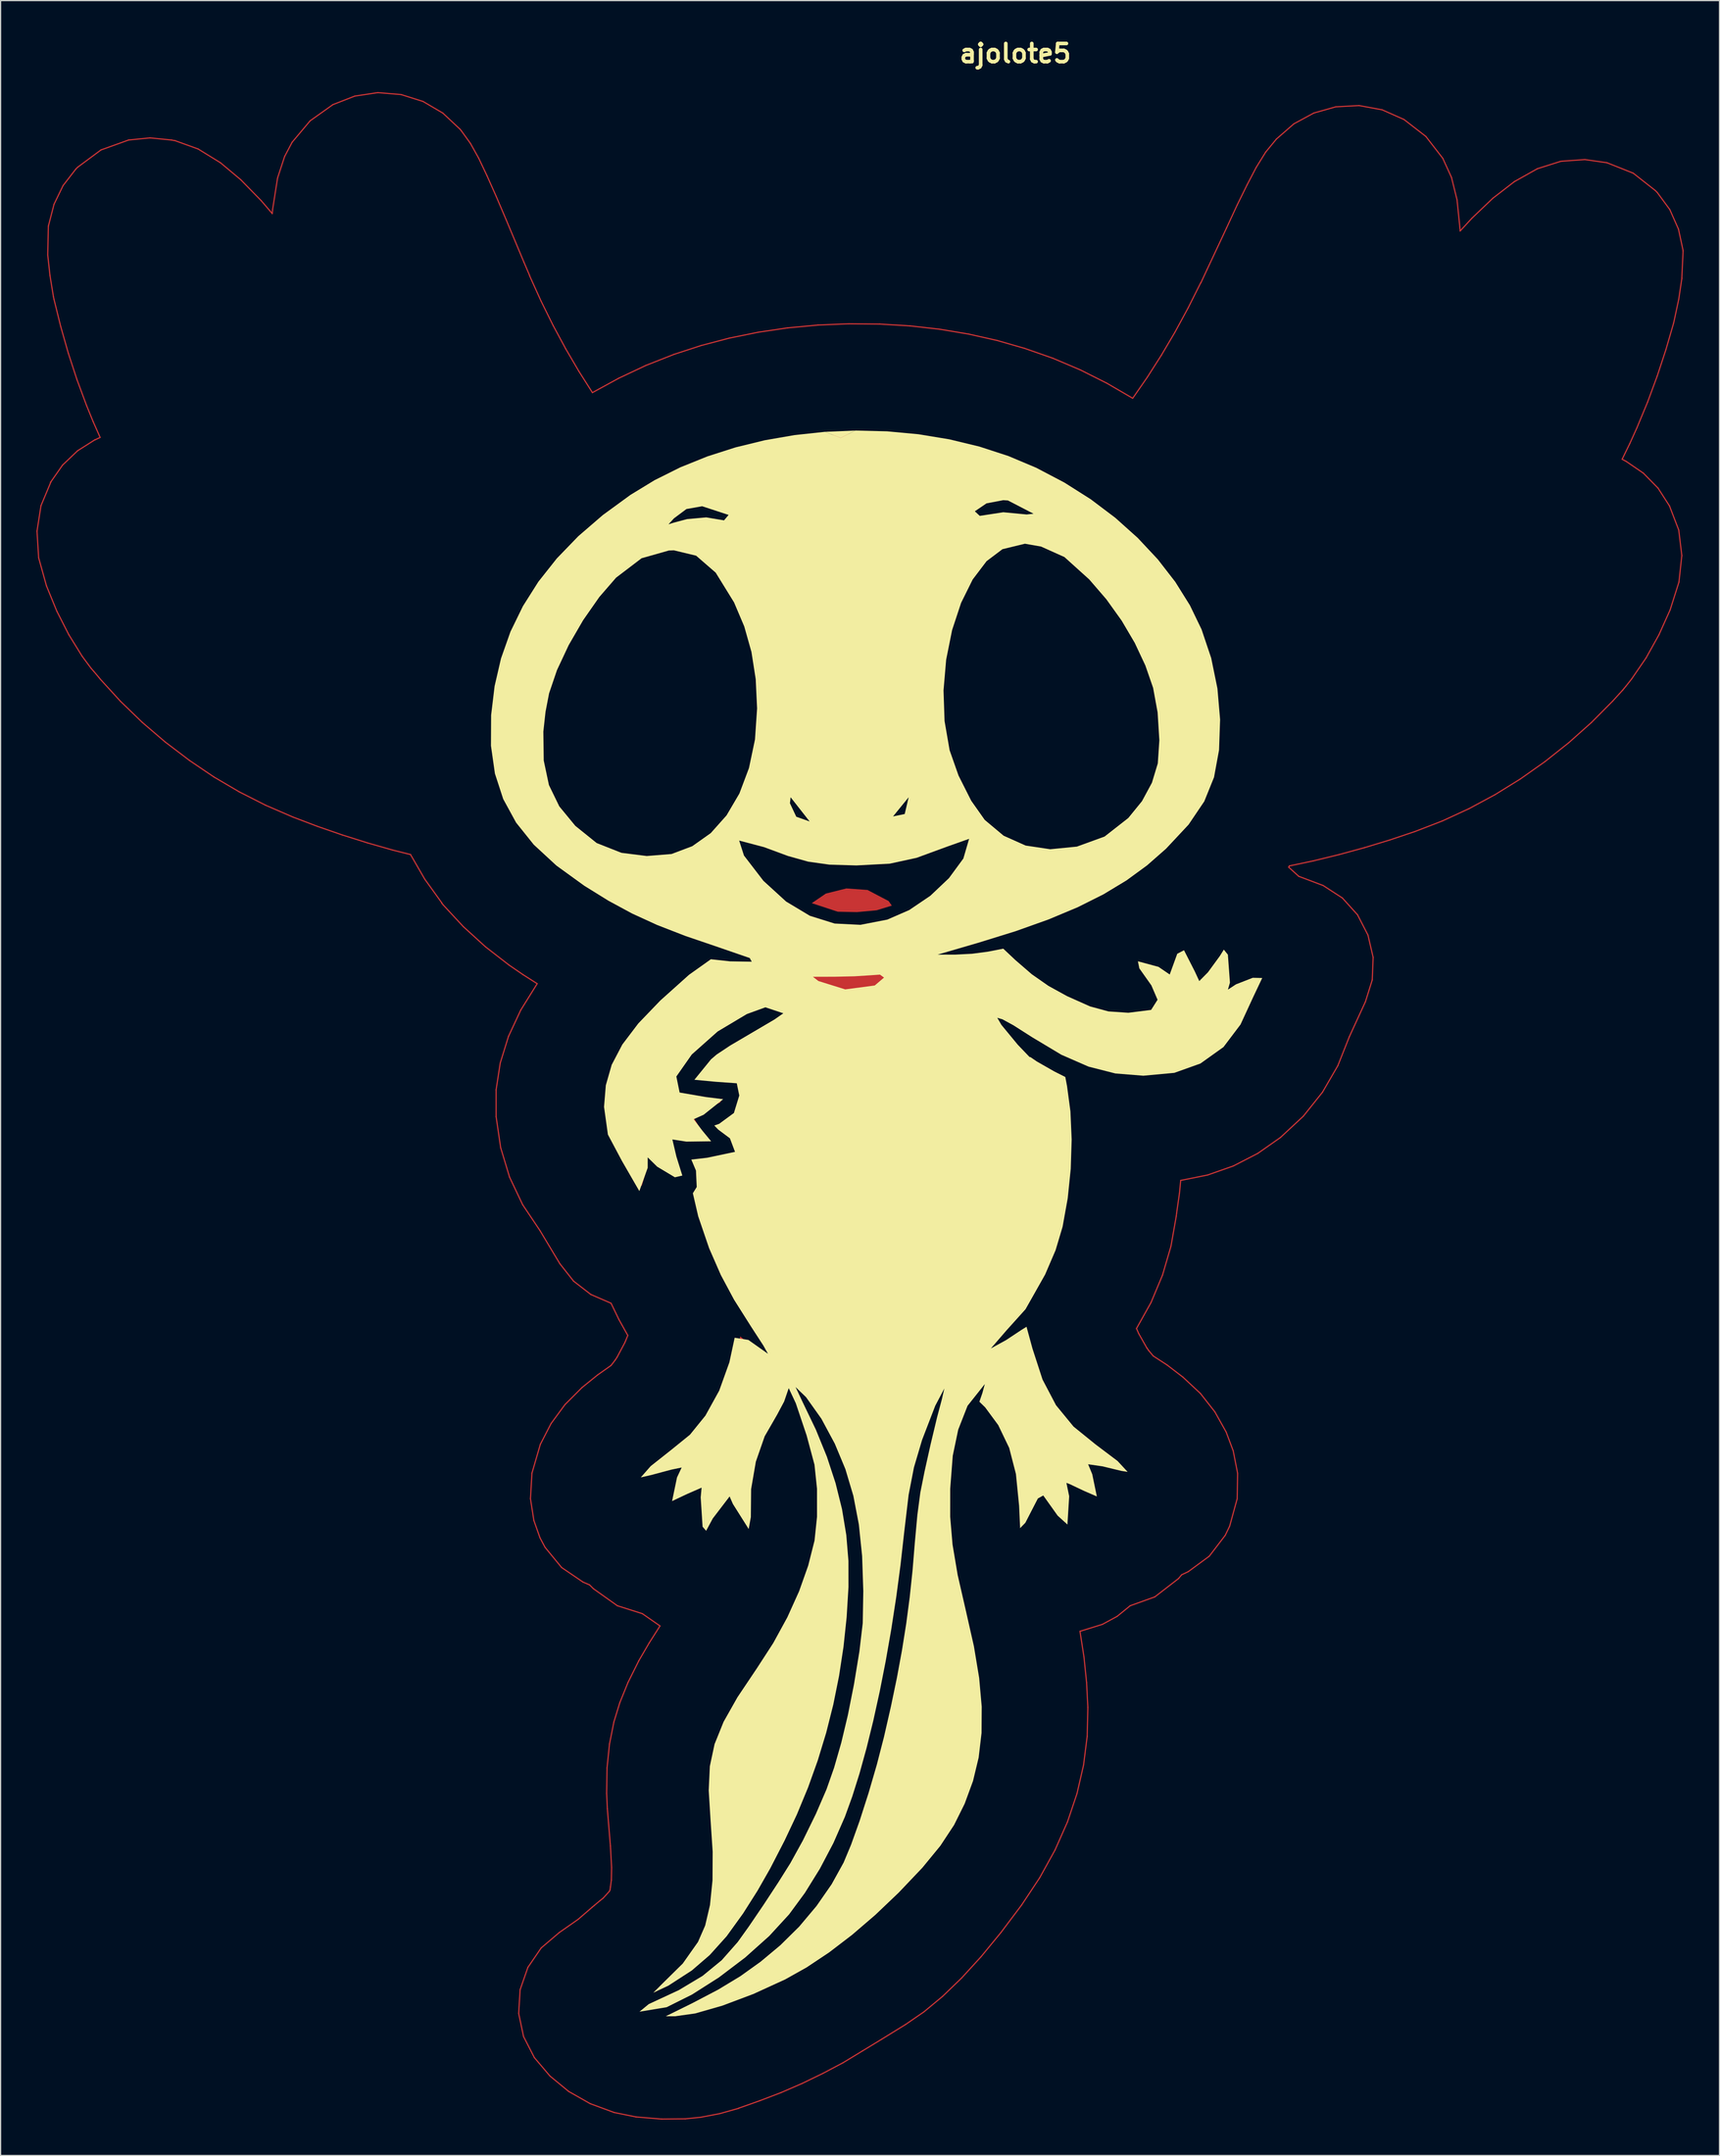
<source format=kicad_pcb>
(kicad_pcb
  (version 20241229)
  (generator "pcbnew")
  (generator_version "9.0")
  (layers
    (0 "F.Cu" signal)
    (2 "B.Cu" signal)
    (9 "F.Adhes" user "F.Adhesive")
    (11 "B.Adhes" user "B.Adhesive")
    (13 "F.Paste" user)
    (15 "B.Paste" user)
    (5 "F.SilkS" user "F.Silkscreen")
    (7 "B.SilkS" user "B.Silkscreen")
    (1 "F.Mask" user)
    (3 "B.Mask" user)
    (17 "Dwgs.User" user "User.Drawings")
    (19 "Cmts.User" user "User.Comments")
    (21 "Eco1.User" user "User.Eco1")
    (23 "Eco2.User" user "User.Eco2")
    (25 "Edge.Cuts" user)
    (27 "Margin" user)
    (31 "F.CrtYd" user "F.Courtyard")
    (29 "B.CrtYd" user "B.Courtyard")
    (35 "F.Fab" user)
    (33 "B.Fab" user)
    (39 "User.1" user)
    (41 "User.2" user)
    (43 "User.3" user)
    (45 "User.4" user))
  (footprint "ajolote5"
    (layer "F.Cu")
    (at 82.024 89.525)
    (property "Reference" "ajolote5" (at 0 -88.098 0) (layer "F.SilkS") (effects (font (size 1.524 1.524) (thickness 0.305))))
    (attr smd)
    (fp_line (start -81.974 -48.062) (end -81.835 -45.832) (stroke (width 0.1) (type solid)) (layer "F.Cu"))
    (fp_line (start -81.835 -45.832) (end -81.181 -43.484) (stroke (width 0.1) (type solid)) (layer "F.Cu"))
    (fp_line (start -81.64 -50.205) (end -81.974 -48.062) (stroke (width 0.1) (type solid)) (layer "F.Cu"))
    (fp_line (start -81.181 -43.484) (end -80.311 -41.361) (stroke (width 0.1) (type solid)) (layer "F.Cu"))
    (fp_line (start -81.075 -71.213) (end -80.886 -69.486) (stroke (width 0.1) (type solid)) (layer "F.Cu"))
    (fp_line (start -81.022 -73.62) (end -81.075 -71.213) (stroke (width 0.1) (type solid)) (layer "F.Cu"))
    (fp_line (start -80.995 -73.726) (end -81.022 -73.62) (stroke (width 0.1) (type solid)) (layer "F.Cu"))
    (fp_line (start -80.886 -69.486) (end -80.598 -67.72) (stroke (width 0.1) (type solid)) (layer "F.Cu"))
    (fp_line (start -80.837 -52.163) (end -80.81 -52.189) (stroke (width 0.1) (type solid)) (layer "F.Cu"))
    (fp_line (start -80.81 -52.189) (end -81.64 -50.205) (stroke (width 0.1) (type solid)) (layer "F.Cu"))
    (fp_line (start -80.598 -67.72) (end -80.546 -67.482) (stroke (width 0.1) (type solid)) (layer "F.Cu"))
    (fp_line (start -80.547 -75.458) (end -80.995 -73.726) (stroke (width 0.1) (type solid)) (layer "F.Cu"))
    (fp_line (start -80.546 -67.482) (end -79.989 -65.226) (stroke (width 0.1) (type solid)) (layer "F.Cu"))
    (fp_line (start -80.311 -41.361) (end -79.307 -39.39) (stroke (width 0.1) (type solid)) (layer "F.Cu"))
    (fp_line (start -79.989 -65.226) (end -79.352 -62.987) (stroke (width 0.1) (type solid)) (layer "F.Cu"))
    (fp_line (start -79.828 -53.606) (end -80.837 -52.163) (stroke (width 0.1) (type solid)) (layer "F.Cu"))
    (fp_line (start -79.786 -77.03) (end -80.547 -75.458) (stroke (width 0.1) (type solid)) (layer "F.Cu"))
    (fp_line (start -79.352 -62.987) (end -78.629 -60.774) (stroke (width 0.1) (type solid)) (layer "F.Cu"))
    (fp_line (start -79.307 -39.39) (end -78.191 -37.584) (stroke (width 0.1) (type solid)) (layer "F.Cu"))
    (fp_line (start -78.72 -78.409) (end -79.786 -77.03) (stroke (width 0.1) (type solid)) (layer "F.Cu"))
    (fp_line (start -78.629 -60.774) (end -77.82 -58.592) (stroke (width 0.1) (type solid)) (layer "F.Cu"))
    (fp_line (start -78.573 -54.803) (end -79.828 -53.606) (stroke (width 0.1) (type solid)) (layer "F.Cu"))
    (fp_line (start -78.561 -78.568) (end -78.72 -78.409) (stroke (width 0.1) (type solid)) (layer "F.Cu"))
    (fp_line (start -78.191 -37.584) (end -77.662 -36.87) (stroke (width 0.1) (type solid)) (layer "F.Cu"))
    (fp_line (start -77.82 -58.592) (end -77.271 -57.246) (stroke (width 0.1) (type solid)) (layer "F.Cu"))
    (fp_line (start -77.662 -36.87) (end -77.423 -36.552) (stroke (width 0.1) (type solid)) (layer "F.Cu"))
    (fp_line (start -77.423 -36.552) (end -77.212 -36.314) (stroke (width 0.1) (type solid)) (layer "F.Cu"))
    (fp_line (start -77.271 -57.246) (end -76.683 -55.92) (stroke (width 0.1) (type solid)) (layer "F.Cu"))
    (fp_line (start -77.212 -36.314) (end -76.788 -35.811) (stroke (width 0.1) (type solid)) (layer "F.Cu"))
    (fp_line (start -77.106 -55.734) (end -78.573 -54.803) (stroke (width 0.1) (type solid)) (layer "F.Cu"))
    (fp_line (start -77.079 -55.734) (end -77.106 -55.734) (stroke (width 0.1) (type solid)) (layer "F.Cu"))
    (fp_line (start -76.788 -35.811) (end -76.683 -35.679) (stroke (width 0.1) (type solid)) (layer "F.Cu"))
    (fp_line (start -76.683 -55.92) (end -77.079 -55.734) (stroke (width 0.1) (type solid)) (layer "F.Cu"))
    (fp_line (start -76.683 -35.679) (end -74.977 -33.809) (stroke (width 0.1) (type solid)) (layer "F.Cu"))
    (fp_line (start -76.61 -80.013) (end -78.561 -78.568) (stroke (width 0.1) (type solid)) (layer "F.Cu"))
    (fp_line (start -74.977 -33.809) (end -73.157 -32.048) (stroke (width 0.1) (type solid)) (layer "F.Cu"))
    (fp_line (start -74.301 -80.843) (end -76.61 -80.013) (stroke (width 0.1) (type solid)) (layer "F.Cu"))
    (fp_line (start -73.157 -32.048) (end -71.228 -30.396) (stroke (width 0.1) (type solid)) (layer "F.Cu"))
    (fp_line (start -72.502 -81.022) (end -74.301 -80.843) (stroke (width 0.1) (type solid)) (layer "F.Cu"))
    (fp_line (start -71.228 -30.396) (end -69.195 -28.853) (stroke (width 0.1) (type solid)) (layer "F.Cu"))
    (fp_line (start -70.703 -80.843) (end -72.502 -81.022) (stroke (width 0.1) (type solid)) (layer "F.Cu"))
    (fp_line (start -70.438 -80.791) (end -70.703 -80.843) (stroke (width 0.1) (type solid)) (layer "F.Cu"))
    (fp_line (start -70.412 -80.791) (end -70.438 -80.791) (stroke (width 0.1) (type solid)) (layer "F.Cu"))
    (fp_line (start -69.195 -28.853) (end -67.147 -27.469) (stroke (width 0.1) (type solid)) (layer "F.Cu"))
    (fp_line (start -68.477 -80.093) (end -70.412 -80.791) (stroke (width 0.1) (type solid)) (layer "F.Cu"))
    (fp_line (start -67.147 -27.469) (end -65.018 -26.217) (stroke (width 0.1) (type solid)) (layer "F.Cu"))
    (fp_line (start -66.602 -78.938) (end -68.477 -80.093) (stroke (width 0.1) (type solid)) (layer "F.Cu"))
    (fp_line (start -65.018 -26.217) (end -62.814 -25.099) (stroke (width 0.1) (type solid)) (layer "F.Cu"))
    (fp_line (start -64.895 -77.51) (end -66.602 -78.938) (stroke (width 0.1) (type solid)) (layer "F.Cu"))
    (fp_line (start -63.189 -75.763) (end -64.895 -77.51) (stroke (width 0.1) (type solid)) (layer "F.Cu"))
    (fp_line (start -62.814 -25.099) (end -60.543 -24.117) (stroke (width 0.1) (type solid)) (layer "F.Cu"))
    (fp_line (start -62.263 -74.679) (end -63.189 -75.763) (stroke (width 0.1) (type solid)) (layer "F.Cu"))
    (fp_line (start -62.236 -74.996) (end -62.263 -74.679) (stroke (width 0.1) (type solid)) (layer "F.Cu"))
    (fp_line (start -61.817 -77.658) (end -62.236 -74.996) (stroke (width 0.1) (type solid)) (layer "F.Cu"))
    (fp_line (start -61.227 -79.461) (end -61.817 -77.658) (stroke (width 0.1) (type solid)) (layer "F.Cu"))
    (fp_line (start -60.596 -80.658) (end -61.227 -79.461) (stroke (width 0.1) (type solid)) (layer "F.Cu"))
    (fp_line (start -60.543 -24.117) (end -58.481 -23.333) (stroke (width 0.1) (type solid)) (layer "F.Cu"))
    (fp_line (start -59.088 -82.451) (end -60.596 -80.658) (stroke (width 0.1) (type solid)) (layer "F.Cu"))
    (fp_line (start -58.481 -23.333) (end -56.389 -22.609) (stroke (width 0.1) (type solid)) (layer "F.Cu"))
    (fp_line (start -57.183 -83.807) (end -59.088 -82.451) (stroke (width 0.1) (type solid)) (layer "F.Cu"))
    (fp_line (start -56.389 -22.609) (end -54.277 -21.944) (stroke (width 0.1) (type solid)) (layer "F.Cu"))
    (fp_line (start -55.342 -84.526) (end -57.183 -83.807) (stroke (width 0.1) (type solid)) (layer "F.Cu"))
    (fp_line (start -54.277 -21.944) (end -52.156 -21.339) (stroke (width 0.1) (type solid)) (layer "F.Cu"))
    (fp_line (start -53.414 -84.816) (end -55.342 -84.526) (stroke (width 0.1) (type solid)) (layer "F.Cu"))
    (fp_line (start -52.156 -21.339) (end -50.674 -20.968) (stroke (width 0.1) (type solid)) (layer "F.Cu"))
    (fp_line (start -51.468 -84.653) (end -53.414 -84.816) (stroke (width 0.1) (type solid)) (layer "F.Cu"))
    (fp_line (start -50.674 -20.968) (end -49.483 -18.904) (stroke (width 0.1) (type solid)) (layer "F.Cu"))
    (fp_line (start -49.632 -84.075) (end -51.468 -84.653) (stroke (width 0.1) (type solid)) (layer "F.Cu"))
    (fp_line (start -49.483 -18.904) (end -48.055 -16.92) (stroke (width 0.1) (type solid)) (layer "F.Cu"))
    (fp_line (start -48.055 -16.92) (end -48.055 -16.894) (stroke (width 0.1) (type solid)) (layer "F.Cu"))
    (fp_line (start -48.055 -16.894) (end -47.949 -16.761) (stroke (width 0.1) (type solid)) (layer "F.Cu"))
    (fp_line (start -47.967 -83.097) (end -49.632 -84.075) (stroke (width 0.1) (type solid)) (layer "F.Cu"))
    (fp_line (start -47.949 -16.761) (end -46.251 -14.928) (stroke (width 0.1) (type solid)) (layer "F.Cu"))
    (fp_line (start -46.52 -81.743) (end -47.967 -83.097) (stroke (width 0.1) (type solid)) (layer "F.Cu"))
    (fp_line (start -46.414 -81.611) (end -46.52 -81.743) (stroke (width 0.1) (type solid)) (layer "F.Cu"))
    (fp_line (start -46.251 -14.928) (end -44.4 -13.241) (stroke (width 0.1) (type solid)) (layer "F.Cu"))
    (fp_line (start -45.657 -80.559) (end -46.414 -81.611) (stroke (width 0.1) (type solid)) (layer "F.Cu"))
    (fp_line (start -44.959 -79.309) (end -45.657 -80.559) (stroke (width 0.1) (type solid)) (layer "F.Cu"))
    (fp_line (start -44.4 -13.241) (end -42.419 -11.708) (stroke (width 0.1) (type solid)) (layer "F.Cu"))
    (fp_line (start -44.262 -77.836) (end -44.959 -79.309) (stroke (width 0.1) (type solid)) (layer "F.Cu"))
    (fp_line (start -43.504 -1.258) (end -43.504 0.992) (stroke (width 0.1) (type solid)) (layer "F.Cu"))
    (fp_line (start -43.504 0.992) (end -43.123 3.59) (stroke (width 0.1) (type solid)) (layer "F.Cu"))
    (fp_line (start -43.495 -76.116) (end -44.262 -77.836) (stroke (width 0.1) (type solid)) (layer "F.Cu"))
    (fp_line (start -43.158 -3.5) (end -43.504 -1.258) (stroke (width 0.1) (type solid)) (layer "F.Cu"))
    (fp_line (start -43.123 3.59) (end -42.379 6.056) (stroke (width 0.1) (type solid)) (layer "F.Cu"))
    (fp_line (start -42.657 -74.149) (end -43.495 -76.116) (stroke (width 0.1) (type solid)) (layer "F.Cu"))
    (fp_line (start -42.468 -5.731) (end -43.158 -3.5) (stroke (width 0.1) (type solid)) (layer "F.Cu"))
    (fp_line (start -42.419 -11.708) (end -41.252 -10.907) (stroke (width 0.1) (type solid)) (layer "F.Cu"))
    (fp_line (start -42.379 6.056) (end -41.279 8.378) (stroke (width 0.1) (type solid)) (layer "F.Cu"))
    (fp_line (start -41.614 76.142) (end -41.205 78.075) (stroke (width 0.1) (type solid)) (layer "F.Cu"))
    (fp_line (start -41.493 74.149) (end -41.614 76.142) (stroke (width 0.1) (type solid)) (layer "F.Cu"))
    (fp_line (start -41.435 -7.947) (end -42.468 -5.731) (stroke (width 0.1) (type solid)) (layer "F.Cu"))
    (fp_line (start -41.279 8.378) (end -39.826 10.544) (stroke (width 0.1) (type solid)) (layer "F.Cu"))
    (fp_line (start -41.252 -10.907) (end -40.064 -10.147) (stroke (width 0.1) (type solid)) (layer "F.Cu"))
    (fp_line (start -41.205 78.075) (end -40.302 79.838) (stroke (width 0.1) (type solid)) (layer "F.Cu"))
    (fp_line (start -41.172 -70.601) (end -42.657 -74.149) (stroke (width 0.1) (type solid)) (layer "F.Cu"))
    (fp_line (start -40.842 72.279) (end -41.493 74.149) (stroke (width 0.1) (type solid)) (layer "F.Cu"))
    (fp_line (start -40.699 -69.493) (end -41.172 -70.601) (stroke (width 0.1) (type solid)) (layer "F.Cu"))
    (fp_line (start -40.699 -69.466) (end -40.699 -69.493) (stroke (width 0.1) (type solid)) (layer "F.Cu"))
    (fp_line (start -40.627 33.007) (end -40.343 34.826) (stroke (width 0.1) (type solid)) (layer "F.Cu"))
    (fp_line (start -40.503 30.87) (end -40.627 33.007) (stroke (width 0.1) (type solid)) (layer "F.Cu"))
    (fp_line (start -40.343 34.826) (end -39.826 36.288) (stroke (width 0.1) (type solid)) (layer "F.Cu"))
    (fp_line (start -40.302 79.838) (end -38.992 81.383) (stroke (width 0.1) (type solid)) (layer "F.Cu"))
    (fp_line (start -40.064 -10.147) (end -41.435 -7.947) (stroke (width 0.1) (type solid)) (layer "F.Cu"))
    (fp_line (start -39.826 10.544) (end -38.159 13.322) (stroke (width 0.1) (type solid)) (layer "F.Cu"))
    (fp_line (start -39.826 36.288) (end -39.403 37.081) (stroke (width 0.1) (type solid)) (layer "F.Cu"))
    (fp_line (start -39.8 28.456) (end -40.503 30.87) (stroke (width 0.1) (type solid)) (layer "F.Cu"))
    (fp_line (start -39.738 -67.346) (end -40.699 -69.466) (stroke (width 0.1) (type solid)) (layer "F.Cu"))
    (fp_line (start -39.727 70.649) (end -40.842 72.279) (stroke (width 0.1) (type solid)) (layer "F.Cu"))
    (fp_line (start -39.403 37.081) (end -38.014 38.775) (stroke (width 0.1) (type solid)) (layer "F.Cu"))
    (fp_line (start -38.992 81.383) (end -37.422 82.676) (stroke (width 0.1) (type solid)) (layer "F.Cu"))
    (fp_line (start -38.9 26.71) (end -39.8 28.456) (stroke (width 0.1) (type solid)) (layer "F.Cu"))
    (fp_line (start -38.728 -65.304) (end -39.738 -67.346) (stroke (width 0.1) (type solid)) (layer "F.Cu"))
    (fp_line (start -38.212 69.361) (end -39.727 70.649) (stroke (width 0.1) (type solid)) (layer "F.Cu"))
    (fp_line (start -38.159 13.322) (end -37.013 14.779) (stroke (width 0.1) (type solid)) (layer "F.Cu"))
    (fp_line (start -38.014 38.775) (end -36.228 39.992) (stroke (width 0.1) (type solid)) (layer "F.Cu"))
    (fp_line (start -37.736 25.122) (end -38.9 26.71) (stroke (width 0.1) (type solid)) (layer "F.Cu"))
    (fp_line (start -37.672 -63.344) (end -38.728 -65.304) (stroke (width 0.1) (type solid)) (layer "F.Cu"))
    (fp_line (start -37.422 82.676) (end -35.618 83.7) (stroke (width 0.1) (type solid)) (layer "F.Cu"))
    (fp_line (start -37.013 14.779) (end -35.566 15.895) (stroke (width 0.1) (type solid)) (layer "F.Cu"))
    (fp_line (start -36.625 68.249) (end -38.212 69.361) (stroke (width 0.1) (type solid)) (layer "F.Cu"))
    (fp_line (start -36.573 -61.467) (end -37.672 -63.344) (stroke (width 0.1) (type solid)) (layer "F.Cu"))
    (fp_line (start -36.307 23.693) (end -37.736 25.122) (stroke (width 0.1) (type solid)) (layer "F.Cu"))
    (fp_line (start -36.228 39.992) (end -35.672 40.23) (stroke (width 0.1) (type solid)) (layer "F.Cu"))
    (fp_line (start -35.672 40.23) (end -35.355 40.547) (stroke (width 0.1) (type solid)) (layer "F.Cu"))
    (fp_line (start -35.618 83.7) (end -33.608 84.442) (stroke (width 0.1) (type solid)) (layer "F.Cu"))
    (fp_line (start -35.566 15.895) (end -33.873 16.629) (stroke (width 0.1) (type solid)) (layer "F.Cu"))
    (fp_line (start -35.461 67.244) (end -36.625 68.249) (stroke (width 0.1) (type solid)) (layer "F.Cu"))
    (fp_line (start -35.434 -59.677) (end -36.573 -61.467) (stroke (width 0.1) (type solid)) (layer "F.Cu"))
    (fp_line (start -35.434 67.217) (end -35.461 67.244) (stroke (width 0.1) (type solid)) (layer "F.Cu"))
    (fp_line (start -35.355 40.547) (end -33.344 41.976) (stroke (width 0.1) (type solid)) (layer "F.Cu"))
    (fp_line (start -35.302 67.112) (end -35.434 67.217) (stroke (width 0.1) (type solid)) (layer "F.Cu"))
    (fp_line (start -35.275 67.085) (end -35.302 67.112) (stroke (width 0.1) (type solid)) (layer "F.Cu"))
    (fp_line (start -35.001 22.638) (end -36.307 23.693) (stroke (width 0.1) (type solid)) (layer "F.Cu"))
    (fp_line (start -34.799 66.688) (end -35.275 67.085) (stroke (width 0.1) (type solid)) (layer "F.Cu"))
    (fp_line (start -34.534 66.477) (end -34.799 66.688) (stroke (width 0.1) (type solid)) (layer "F.Cu"))
    (fp_line (start -34.243 57.692) (end -34.184 58.989) (stroke (width 0.1) (type solid)) (layer "F.Cu"))
    (fp_line (start -34.209 55.56) (end -34.243 57.692) (stroke (width 0.1) (type solid)) (layer "F.Cu"))
    (fp_line (start -34.184 58.989) (end -33.926 62.111) (stroke (width 0.1) (type solid)) (layer "F.Cu"))
    (fp_line (start -34.005 65.894) (end -34.534 66.477) (stroke (width 0.1) (type solid)) (layer "F.Cu"))
    (fp_line (start -34.004 53.563) (end -34.209 55.56) (stroke (width 0.1) (type solid)) (layer "F.Cu"))
    (fp_line (start -33.952 65.736) (end -33.952 65.762) (stroke (width 0.1) (type solid)) (layer "F.Cu"))
    (fp_line (start -33.952 65.762) (end -34.005 65.894) (stroke (width 0.1) (type solid)) (layer "F.Cu"))
    (fp_line (start -33.926 62.111) (end -33.827 63.917) (stroke (width 0.1) (type solid)) (layer "F.Cu"))
    (fp_line (start -33.926 65.551) (end -33.952 65.736) (stroke (width 0.1) (type solid)) (layer "F.Cu"))
    (fp_line (start -33.873 16.629) (end -33.212 17.998) (stroke (width 0.1) (type solid)) (layer "F.Cu"))
    (fp_line (start -33.873 21.841) (end -35.001 22.638) (stroke (width 0.1) (type solid)) (layer "F.Cu"))
    (fp_line (start -33.847 64.968) (end -33.926 65.551) (stroke (width 0.1) (type solid)) (layer "F.Cu"))
    (fp_line (start -33.827 63.917) (end -33.847 64.968) (stroke (width 0.1) (type solid)) (layer "F.Cu"))
    (fp_line (start -33.635 51.713) (end -34.004 53.563) (stroke (width 0.1) (type solid)) (layer "F.Cu"))
    (fp_line (start -33.608 84.442) (end -31.783 84.812) (stroke (width 0.1) (type solid)) (layer "F.Cu"))
    (fp_line (start -33.529 21.392) (end -33.873 21.841) (stroke (width 0.1) (type solid)) (layer "F.Cu"))
    (fp_line (start -33.37 21.153) (end -33.529 21.392) (stroke (width 0.1) (type solid)) (layer "F.Cu"))
    (fp_line (start -33.344 41.976) (end -31.254 42.638) (stroke (width 0.1) (type solid)) (layer "F.Cu"))
    (fp_line (start -33.229 -60.883) (end -35.434 -59.677) (stroke (width 0.1) (type solid)) (layer "F.Cu"))
    (fp_line (start -33.212 17.998) (end -32.471 19.328) (stroke (width 0.1) (type solid)) (layer "F.Cu"))
    (fp_line (start -33.141 50.102) (end -33.635 51.713) (stroke (width 0.1) (type solid)) (layer "F.Cu"))
    (fp_line (start -32.709 19.91) (end -33.37 21.153) (stroke (width 0.1) (type solid)) (layer "F.Cu"))
    (fp_line (start -32.656 19.778) (end -32.709 19.91) (stroke (width 0.1) (type solid)) (layer "F.Cu"))
    (fp_line (start -32.471 19.328) (end -32.656 19.778) (stroke (width 0.1) (type solid)) (layer "F.Cu"))
    (fp_line (start -32.453 48.403) (end -33.141 50.102) (stroke (width 0.1) (type solid)) (layer "F.Cu"))
    (fp_line (start -31.783 84.812) (end -29.64 84.991) (stroke (width 0.1) (type solid)) (layer "F.Cu"))
    (fp_line (start -31.571 46.633) (end -32.453 48.403) (stroke (width 0.1) (type solid)) (layer "F.Cu"))
    (fp_line (start -31.545 46.58) (end -31.571 46.633) (stroke (width 0.1) (type solid)) (layer "F.Cu"))
    (fp_line (start -31.254 42.638) (end -29.772 43.669) (stroke (width 0.1) (type solid)) (layer "F.Cu"))
    (fp_line (start -30.954 -61.954) (end -33.229 -60.883) (stroke (width 0.1) (type solid)) (layer "F.Cu"))
    (fp_line (start -30.678 45.095) (end -31.545 46.58) (stroke (width 0.1) (type solid)) (layer "F.Cu"))
    (fp_line (start -29.772 43.669) (end -30.678 45.095) (stroke (width 0.1) (type solid)) (layer "F.Cu"))
    (fp_line (start -29.64 84.991) (end -27.655 84.971) (stroke (width 0.1) (type solid)) (layer "F.Cu"))
    (fp_line (start -28.608 -62.878) (end -30.954 -61.954) (stroke (width 0.1) (type solid)) (layer "F.Cu"))
    (fp_line (start -27.655 84.971) (end -26.359 84.839) (stroke (width 0.1) (type solid)) (layer "F.Cu"))
    (fp_line (start -26.359 84.839) (end -24.775 84.538) (stroke (width 0.1) (type solid)) (layer "F.Cu"))
    (fp_line (start -26.322 -63.623) (end -28.608 -62.878) (stroke (width 0.1) (type solid)) (layer "F.Cu"))
    (fp_line (start -24.775 84.538) (end -23.21 84.098) (stroke (width 0.1) (type solid)) (layer "F.Cu"))
    (fp_line (start -23.967 -64.243) (end -26.322 -63.623) (stroke (width 0.1) (type solid)) (layer "F.Cu"))
    (fp_line (start -23.21 84.098) (end -23.157 84.071) (stroke (width 0.1) (type solid)) (layer "F.Cu"))
    (fp_line (start -23.157 84.071) (end -21.388 83.443) (stroke (width 0.1) (type solid)) (layer "F.Cu"))
    (fp_line (start -21.547 -64.737) (end -23.967 -64.243) (stroke (width 0.1) (type solid)) (layer "F.Cu"))
    (fp_line (start -21.388 83.443) (end -19.638 82.775) (stroke (width 0.1) (type solid)) (layer "F.Cu"))
    (fp_line (start -19.638 82.775) (end -17.869 82.008) (stroke (width 0.1) (type solid)) (layer "F.Cu"))
    (fp_line (start -19.067 -65.103) (end -21.547 -64.737) (stroke (width 0.1) (type solid)) (layer "F.Cu"))
    (fp_line (start -17.869 82.008) (end -16.119 81.161) (stroke (width 0.1) (type solid)) (layer "F.Cu"))
    (fp_line (start -16.533 -65.339) (end -19.067 -65.103) (stroke (width 0.1) (type solid)) (layer "F.Cu"))
    (fp_line (start -16.119 81.161) (end -14.436 80.271) (stroke (width 0.1) (type solid)) (layer "F.Cu"))
    (fp_line (start -14.436 80.271) (end -12.812 79.282) (stroke (width 0.1) (type solid)) (layer "F.Cu"))
    (fp_line (start -13.95 -65.445) (end -16.533 -65.339) (stroke (width 0.1) (type solid)) (layer "F.Cu"))
    (fp_line (start -12.812 79.282) (end -11.198 78.3) (stroke (width 0.1) (type solid)) (layer "F.Cu"))
    (fp_line (start -11.364 -65.42) (end -13.95 -65.445) (stroke (width 0.1) (type solid)) (layer "F.Cu"))
    (fp_line (start -11.198 78.3) (end -9.187 77.06) (stroke (width 0.1) (type solid)) (layer "F.Cu"))
    (fp_line (start -9.187 77.06) (end -7.654 76.003) (stroke (width 0.1) (type solid)) (layer "F.Cu"))
    (fp_line (start -8.824 -65.268) (end -11.364 -65.42) (stroke (width 0.1) (type solid)) (layer "F.Cu"))
    (fp_line (start -7.654 76.003) (end -6.094 74.708) (stroke (width 0.1) (type solid)) (layer "F.Cu"))
    (fp_line (start -6.333 -64.988) (end -8.824 -65.268) (stroke (width 0.1) (type solid)) (layer "F.Cu"))
    (fp_line (start -6.094 74.708) (end -4.501 73.171) (stroke (width 0.1) (type solid)) (layer "F.Cu"))
    (fp_line (start -4.501 73.171) (end -2.871 71.386) (stroke (width 0.1) (type solid)) (layer "F.Cu"))
    (fp_line (start -3.898 -64.58) (end -6.333 -64.988) (stroke (width 0.1) (type solid)) (layer "F.Cu"))
    (fp_line (start -2.871 71.386) (end -1.198 69.35) (stroke (width 0.1) (type solid)) (layer "F.Cu"))
    (fp_line (start -1.522 -64.045) (end -3.898 -64.58) (stroke (width 0.1) (type solid)) (layer "F.Cu"))
    (fp_line (start -1.198 69.35) (end 0.523 67.059) (stroke (width 0.1) (type solid)) (layer "F.Cu"))
    (fp_line (start 0.523 67.059) (end 2.047 64.764) (stroke (width 0.1) (type solid)) (layer "F.Cu"))
    (fp_line (start 0.787 -63.381) (end -1.522 -64.045) (stroke (width 0.1) (type solid)) (layer "F.Cu"))
    (fp_line (start 2.047 64.764) (end 3.33 62.44) (stroke (width 0.1) (type solid)) (layer "F.Cu"))
    (fp_line (start 3.154 -62.553) (end 0.787 -63.381) (stroke (width 0.1) (type solid)) (layer "F.Cu"))
    (fp_line (start 3.33 62.44) (end 4.37 60.09) (stroke (width 0.1) (type solid)) (layer "F.Cu"))
    (fp_line (start 4.37 60.09) (end 5.167 57.717) (stroke (width 0.1) (type solid)) (layer "F.Cu"))
    (fp_line (start 5.167 57.717) (end 5.718 55.325) (stroke (width 0.1) (type solid)) (layer "F.Cu"))
    (fp_line (start 5.418 44.119) (end 7.296 43.537) (stroke (width 0.1) (type solid)) (layer "F.Cu"))
    (fp_line (start 5.451 -61.578) (end 3.154 -62.553) (stroke (width 0.1) (type solid)) (layer "F.Cu"))
    (fp_line (start 5.718 55.325) (end 6.023 52.917) (stroke (width 0.1) (type solid)) (layer "F.Cu"))
    (fp_line (start 5.754 46.278) (end 5.418 44.119) (stroke (width 0.1) (type solid)) (layer "F.Cu"))
    (fp_line (start 5.972 48.407) (end 5.754 46.278) (stroke (width 0.1) (type solid)) (layer "F.Cu"))
    (fp_line (start 6.023 52.917) (end 6.079 50.496) (stroke (width 0.1) (type solid)) (layer "F.Cu"))
    (fp_line (start 6.079 50.496) (end 5.972 48.407) (stroke (width 0.1) (type solid)) (layer "F.Cu"))
    (fp_line (start 7.296 43.537) (end 8.53 42.866) (stroke (width 0.1) (type solid)) (layer "F.Cu"))
    (fp_line (start 7.678 -60.46) (end 5.451 -61.578) (stroke (width 0.1) (type solid)) (layer "F.Cu"))
    (fp_line (start 8.53 42.866) (end 9.624 41.976) (stroke (width 0.1) (type solid)) (layer "F.Cu"))
    (fp_line (start 9.624 41.976) (end 11.688 41.235) (stroke (width 0.1) (type solid)) (layer "F.Cu"))
    (fp_line (start 9.836 -59.201) (end 7.678 -60.46) (stroke (width 0.1) (type solid)) (layer "F.Cu"))
    (fp_line (start 10.154 18.746) (end 11.374 16.563) (stroke (width 0.1) (type solid)) (layer "F.Cu"))
    (fp_line (start 10.339 19.169) (end 10.154 18.746) (stroke (width 0.1) (type solid)) (layer "F.Cu"))
    (fp_line (start 11.027 20.386) (end 10.339 19.169) (stroke (width 0.1) (type solid)) (layer "F.Cu"))
    (fp_line (start 11.053 20.413) (end 11.027 20.386) (stroke (width 0.1) (type solid)) (layer "F.Cu"))
    (fp_line (start 11.055 -60.959) (end 9.836 -59.201) (stroke (width 0.1) (type solid)) (layer "F.Cu"))
    (fp_line (start 11.159 20.571) (end 11.053 20.413) (stroke (width 0.1) (type solid)) (layer "F.Cu"))
    (fp_line (start 11.374 16.563) (end 12.336 14.264) (stroke (width 0.1) (type solid)) (layer "F.Cu"))
    (fp_line (start 11.556 21.048) (end 11.159 20.571) (stroke (width 0.1) (type solid)) (layer "F.Cu"))
    (fp_line (start 11.688 41.235) (end 13.673 39.701) (stroke (width 0.1) (type solid)) (layer "F.Cu"))
    (fp_line (start 12.235 -62.806) (end 11.055 -60.959) (stroke (width 0.1) (type solid)) (layer "F.Cu"))
    (fp_line (start 12.336 14.264) (end 13.041 11.851) (stroke (width 0.1) (type solid)) (layer "F.Cu"))
    (fp_line (start 12.72 21.805) (end 11.556 21.048) (stroke (width 0.1) (type solid)) (layer "F.Cu"))
    (fp_line (start 13.041 11.851) (end 13.487 9.327) (stroke (width 0.1) (type solid)) (layer "F.Cu"))
    (fp_line (start 13.374 -64.738) (end 12.235 -62.806) (stroke (width 0.1) (type solid)) (layer "F.Cu"))
    (fp_line (start 13.487 9.327) (end 13.514 9.088) (stroke (width 0.1) (type solid)) (layer "F.Cu"))
    (fp_line (start 13.514 9.088) (end 13.752 7.422) (stroke (width 0.1) (type solid)) (layer "F.Cu"))
    (fp_line (start 13.673 39.701) (end 13.937 39.383) (stroke (width 0.1) (type solid)) (layer "F.Cu"))
    (fp_line (start 13.752 7.422) (end 13.858 6.337) (stroke (width 0.1) (type solid)) (layer "F.Cu"))
    (fp_line (start 13.858 6.337) (end 16.117 5.882) (stroke (width 0.1) (type solid)) (layer "F.Cu"))
    (fp_line (start 13.937 39.383) (end 14.493 39.119) (stroke (width 0.1) (type solid)) (layer "F.Cu"))
    (fp_line (start 14.043 22.82) (end 12.72 21.805) (stroke (width 0.1) (type solid)) (layer "F.Cu"))
    (fp_line (start 14.471 -66.756) (end 13.374 -64.738) (stroke (width 0.1) (type solid)) (layer "F.Cu"))
    (fp_line (start 14.493 39.119) (end 16.249 37.825) (stroke (width 0.1) (type solid)) (layer "F.Cu"))
    (fp_line (start 15.506 24.184) (end 14.043 22.82) (stroke (width 0.1) (type solid)) (layer "F.Cu"))
    (fp_line (start 15.525 -68.858) (end 14.471 -66.756) (stroke (width 0.1) (type solid)) (layer "F.Cu"))
    (fp_line (start 15.551 -68.884) (end 15.525 -68.858) (stroke (width 0.1) (type solid)) (layer "F.Cu"))
    (fp_line (start 16.067 -69.992) (end 15.551 -68.884) (stroke (width 0.1) (type solid)) (layer "F.Cu"))
    (fp_line (start 16.117 5.882) (end 18.276 5.123) (stroke (width 0.1) (type solid)) (layer "F.Cu"))
    (fp_line (start 16.249 37.825) (end 17.588 36.076) (stroke (width 0.1) (type solid)) (layer "F.Cu"))
    (fp_line (start 16.716 25.725) (end 15.506 24.184) (stroke (width 0.1) (type solid)) (layer "F.Cu"))
    (fp_line (start 17.588 36.076) (end 17.959 35.309) (stroke (width 0.1) (type solid)) (layer "F.Cu"))
    (fp_line (start 17.668 27.424) (end 16.716 25.725) (stroke (width 0.1) (type solid)) (layer "F.Cu"))
    (fp_line (start 17.694 -73.462) (end 16.067 -69.992) (stroke (width 0.1) (type solid)) (layer "F.Cu"))
    (fp_line (start 17.959 35.309) (end 18.591 33.009) (stroke (width 0.1) (type solid)) (layer "F.Cu"))
    (fp_line (start 18.257 28.995) (end 17.668 27.424) (stroke (width 0.1) (type solid)) (layer "F.Cu"))
    (fp_line (start 18.276 5.123) (end 20.317 4.071) (stroke (width 0.1) (type solid)) (layer "F.Cu"))
    (fp_line (start 18.591 33.009) (end 18.627 30.88) (stroke (width 0.1) (type solid)) (layer "F.Cu"))
    (fp_line (start 18.592 -75.402) (end 17.694 -73.462) (stroke (width 0.1) (type solid)) (layer "F.Cu"))
    (fp_line (start 18.627 30.88) (end 18.257 28.995) (stroke (width 0.1) (type solid)) (layer "F.Cu"))
    (fp_line (start 19.425 -77.095) (end 18.592 -75.402) (stroke (width 0.1) (type solid)) (layer "F.Cu"))
    (fp_line (start 20.181 -78.542) (end 19.425 -77.095) (stroke (width 0.1) (type solid)) (layer "F.Cu"))
    (fp_line (start 20.317 4.071) (end 22.219 2.738) (stroke (width 0.1) (type solid)) (layer "F.Cu"))
    (fp_line (start 20.978 -79.831) (end 20.181 -78.542) (stroke (width 0.1) (type solid)) (layer "F.Cu"))
    (fp_line (start 21.875 -80.923) (end 20.978 -79.831) (stroke (width 0.1) (type solid)) (layer "F.Cu"))
    (fp_line (start 22.219 2.738) (end 24.132 0.955) (stroke (width 0.1) (type solid)) (layer "F.Cu"))
    (fp_line (start 22.907 -19.91) (end 22.959 -19.989) (stroke (width 0.1) (type solid)) (layer "F.Cu"))
    (fp_line (start 22.959 -20.016) (end 24.97 -20.439) (stroke (width 0.1) (type solid)) (layer "F.Cu"))
    (fp_line (start 22.959 -19.989) (end 22.959 -20.016) (stroke (width 0.1) (type solid)) (layer "F.Cu"))
    (fp_line (start 23.341 -82.199) (end 21.875 -80.923) (stroke (width 0.1) (type solid)) (layer "F.Cu"))
    (fp_line (start 23.753 -19.143) (end 22.907 -19.91) (stroke (width 0.1) (type solid)) (layer "F.Cu"))
    (fp_line (start 24.132 0.955) (end 25.738 -1.055) (stroke (width 0.1) (type solid)) (layer "F.Cu"))
    (fp_line (start 24.97 -20.439) (end 27.127 -20.965) (stroke (width 0.1) (type solid)) (layer "F.Cu"))
    (fp_line (start 25.012 -83.104) (end 23.341 -82.199) (stroke (width 0.1) (type solid)) (layer "F.Cu"))
    (fp_line (start 25.738 -1.055) (end 27.026 -3.278) (stroke (width 0.1) (type solid)) (layer "F.Cu"))
    (fp_line (start 25.791 -18.375) (end 23.753 -19.143) (stroke (width 0.1) (type solid)) (layer "F.Cu"))
    (fp_line (start 26.849 -83.622) (end 25.012 -83.104) (stroke (width 0.1) (type solid)) (layer "F.Cu"))
    (fp_line (start 27.026 -3.278) (end 27.987 -5.702) (stroke (width 0.1) (type solid)) (layer "F.Cu"))
    (fp_line (start 27.127 -20.965) (end 29.27 -21.55) (stroke (width 0.1) (type solid)) (layer "F.Cu"))
    (fp_line (start 27.405 -17.328) (end 25.791 -18.375) (stroke (width 0.1) (type solid)) (layer "F.Cu"))
    (fp_line (start 27.987 -5.702) (end 29.336 -8.639) (stroke (width 0.1) (type solid)) (layer "F.Cu"))
    (fp_line (start 28.673 -15.922) (end 27.405 -17.328) (stroke (width 0.1) (type solid)) (layer "F.Cu"))
    (fp_line (start 28.801 -83.729) (end 26.849 -83.622) (stroke (width 0.1) (type solid)) (layer "F.Cu"))
    (fp_line (start 29.27 -21.55) (end 31.392 -22.195) (stroke (width 0.1) (type solid)) (layer "F.Cu"))
    (fp_line (start 29.336 -8.639) (end 29.908 -10.468) (stroke (width 0.1) (type solid)) (layer "F.Cu"))
    (fp_line (start 29.548 -14.221) (end 28.673 -15.922) (stroke (width 0.1) (type solid)) (layer "F.Cu"))
    (fp_line (start 29.908 -10.468) (end 29.981 -12.357) (stroke (width 0.1) (type solid)) (layer "F.Cu"))
    (fp_line (start 29.981 -12.357) (end 29.548 -14.221) (stroke (width 0.1) (type solid)) (layer "F.Cu"))
    (fp_line (start 30.735 -83.373) (end 28.801 -83.729) (stroke (width 0.1) (type solid)) (layer "F.Cu"))
    (fp_line (start 31.392 -22.195) (end 33.49 -22.9) (stroke (width 0.1) (type solid)) (layer "F.Cu"))
    (fp_line (start 32.564 -82.563) (end 30.735 -83.373) (stroke (width 0.1) (type solid)) (layer "F.Cu"))
    (fp_line (start 33.49 -22.9) (end 35.786 -23.787) (stroke (width 0.1) (type solid)) (layer "F.Cu"))
    (fp_line (start 34.399 -81.144) (end 32.564 -82.563) (stroke (width 0.1) (type solid)) (layer "F.Cu"))
    (fp_line (start 35.786 -23.787) (end 38.024 -24.818) (stroke (width 0.1) (type solid)) (layer "F.Cu"))
    (fp_line (start 35.818 -79.309) (end 34.399 -81.144) (stroke (width 0.1) (type solid)) (layer "F.Cu"))
    (fp_line (start 36.547 -77.708) (end 35.818 -79.309) (stroke (width 0.1) (type solid)) (layer "F.Cu"))
    (fp_line (start 37.012 -75.83) (end 36.547 -77.708) (stroke (width 0.1) (type solid)) (layer "F.Cu"))
    (fp_line (start 37.247 -73.541) (end 37.012 -75.83) (stroke (width 0.1) (type solid)) (layer "F.Cu"))
    (fp_line (start 37.273 -73.223) (end 37.247 -73.541) (stroke (width 0.1) (type solid)) (layer "F.Cu"))
    (fp_line (start 38.024 -24.818) (end 40.198 -25.988) (stroke (width 0.1) (type solid)) (layer "F.Cu"))
    (fp_line (start 38.252 -74.282) (end 37.273 -73.223) (stroke (width 0.1) (type solid)) (layer "F.Cu"))
    (fp_line (start 40.012 -75.962) (end 38.252 -74.282) (stroke (width 0.1) (type solid)) (layer "F.Cu"))
    (fp_line (start 40.198 -25.988) (end 42.301 -27.292) (stroke (width 0.1) (type solid)) (layer "F.Cu"))
    (fp_line (start 41.771 -77.324) (end 40.012 -75.962) (stroke (width 0.1) (type solid)) (layer "F.Cu"))
    (fp_line (start 41.851 -77.377) (end 41.771 -77.324) (stroke (width 0.1) (type solid)) (layer "F.Cu"))
    (fp_line (start 42.301 -27.292) (end 44.382 -28.759) (stroke (width 0.1) (type solid)) (layer "F.Cu"))
    (fp_line (start 43.746 -78.439) (end 41.851 -77.377) (stroke (width 0.1) (type solid)) (layer "F.Cu"))
    (fp_line (start 44.382 -28.759) (end 46.375 -30.341) (stroke (width 0.1) (type solid)) (layer "F.Cu"))
    (fp_line (start 45.661 -79.044) (end 43.746 -78.439) (stroke (width 0.1) (type solid)) (layer "F.Cu"))
    (fp_line (start 45.819 -79.071) (end 45.661 -79.044) (stroke (width 0.1) (type solid)) (layer "F.Cu"))
    (fp_line (start 45.846 -79.071) (end 45.819 -79.071) (stroke (width 0.1) (type solid)) (layer "F.Cu"))
    (fp_line (start 46.375 -30.341) (end 48.269 -32.032) (stroke (width 0.1) (type solid)) (layer "F.Cu"))
    (fp_line (start 47.721 -79.203) (end 45.846 -79.071) (stroke (width 0.1) (type solid)) (layer "F.Cu"))
    (fp_line (start 48.269 -32.032) (end 50.053 -33.827) (stroke (width 0.1) (type solid)) (layer "F.Cu"))
    (fp_line (start 49.577 -78.938) (end 47.721 -79.203) (stroke (width 0.1) (type solid)) (layer "F.Cu"))
    (fp_line (start 50.053 -33.827) (end 50.608 -34.436) (stroke (width 0.1) (type solid)) (layer "F.Cu"))
    (fp_line (start 50.608 -34.436) (end 50.873 -34.727) (stroke (width 0.1) (type solid)) (layer "F.Cu"))
    (fp_line (start 50.847 -54.094) (end 51.488 -55.407) (stroke (width 0.1) (type solid)) (layer "F.Cu"))
    (fp_line (start 50.873 -34.727) (end 50.899 -34.753) (stroke (width 0.1) (type solid)) (layer "F.Cu"))
    (fp_line (start 50.899 -34.753) (end 51.005 -34.885) (stroke (width 0.1) (type solid)) (layer "F.Cu"))
    (fp_line (start 51.005 -34.885) (end 51.138 -35.044) (stroke (width 0.1) (type solid)) (layer "F.Cu"))
    (fp_line (start 51.138 -35.044) (end 51.64 -35.679) (stroke (width 0.1) (type solid)) (layer "F.Cu"))
    (fp_line (start 51.191 -53.909) (end 50.847 -54.094) (stroke (width 0.1) (type solid)) (layer "F.Cu"))
    (fp_line (start 51.488 -55.407) (end 52.09 -56.74) (stroke (width 0.1) (type solid)) (layer "F.Cu"))
    (fp_line (start 51.64 -35.679) (end 52.848 -37.44) (stroke (width 0.1) (type solid)) (layer "F.Cu"))
    (fp_line (start 51.779 -78.062) (end 49.577 -78.938) (stroke (width 0.1) (type solid)) (layer "F.Cu"))
    (fp_line (start 52.09 -56.74) (end 52.979 -58.882) (stroke (width 0.1) (type solid)) (layer "F.Cu"))
    (fp_line (start 52.63 -52.924) (end 51.191 -53.909) (stroke (width 0.1) (type solid)) (layer "F.Cu"))
    (fp_line (start 52.848 -37.44) (end 53.926 -39.377) (stroke (width 0.1) (type solid)) (layer "F.Cu"))
    (fp_line (start 52.979 -58.882) (end 53.783 -61.059) (stroke (width 0.1) (type solid)) (layer "F.Cu"))
    (fp_line (start 53.625 -76.61) (end 51.779 -78.062) (stroke (width 0.1) (type solid)) (layer "F.Cu"))
    (fp_line (start 53.783 -76.451) (end 53.625 -76.61) (stroke (width 0.1) (type solid)) (layer "F.Cu"))
    (fp_line (start 53.783 -61.059) (end 54.509 -63.266) (stroke (width 0.1) (type solid)) (layer "F.Cu"))
    (fp_line (start 53.852 -51.675) (end 52.63 -52.924) (stroke (width 0.1) (type solid)) (layer "F.Cu"))
    (fp_line (start 53.926 -39.377) (end 54.868 -41.473) (stroke (width 0.1) (type solid)) (layer "F.Cu"))
    (fp_line (start 54.509 -63.266) (end 55.159 -65.498) (stroke (width 0.1) (type solid)) (layer "F.Cu"))
    (fp_line (start 54.815 -50.178) (end 53.852 -51.675) (stroke (width 0.1) (type solid)) (layer "F.Cu"))
    (fp_line (start 54.84 -75.013) (end 53.783 -76.451) (stroke (width 0.1) (type solid)) (layer "F.Cu"))
    (fp_line (start 54.868 -41.473) (end 55.606 -43.798) (stroke (width 0.1) (type solid)) (layer "F.Cu"))
    (fp_line (start 55.159 -65.498) (end 55.212 -65.736) (stroke (width 0.1) (type solid)) (layer "F.Cu"))
    (fp_line (start 55.212 -65.736) (end 55.589 -67.502) (stroke (width 0.1) (type solid)) (layer "F.Cu"))
    (fp_line (start 55.567 -73.374) (end 54.84 -75.013) (stroke (width 0.1) (type solid)) (layer "F.Cu"))
    (fp_line (start 55.589 -67.502) (end 55.847 -69.228) (stroke (width 0.1) (type solid)) (layer "F.Cu"))
    (fp_line (start 55.589 -48.161) (end 54.815 -50.178) (stroke (width 0.1) (type solid)) (layer "F.Cu"))
    (fp_line (start 55.606 -43.798) (end 55.847 -46.024) (stroke (width 0.1) (type solid)) (layer "F.Cu"))
    (fp_line (start 55.847 -69.281) (end 55.953 -71.53) (stroke (width 0.1) (type solid)) (layer "F.Cu"))
    (fp_line (start 55.847 -69.228) (end 55.847 -69.281) (stroke (width 0.1) (type solid)) (layer "F.Cu"))
    (fp_line (start 55.847 -46.024) (end 55.589 -48.161) (stroke (width 0.1) (type solid)) (layer "F.Cu"))
    (fp_line (start 55.953 -71.583) (end 55.567 -73.374) (stroke (width 0.1) (type solid)) (layer "F.Cu"))
    (fp_line (start 55.953 -71.53) (end 55.953 -71.583) (stroke (width 0.1) (type solid)) (layer "F.Cu"))
    (fp_poly (pts (xy -14.878 -16.179) (xy -17.055 -16.895) (xy -15.875 -17.699) (xy -14.156 -18.129) (xy -12.388 -18.002) (xy -10.612 -17.07) (xy -10.35 -16.688) (xy -11.625 -16.297) (xy -13.274 -16.145) (xy -14.878 -16.179)) (stroke (width 0) (type solid)) (fill yes) (layer "F.Cu"))
    (fp_poly (pts (xy -29.031 -48.379) (xy -42.378 -38.279) (xy -41.453 -40.514) (xy -40.255 -42.663) (xy -38.786 -44.723) (xy -37.046 -46.691) (xy -35.037 -48.564) (xy -33.047 -50.118) (xy -30.958 -51.499) (xy -28.772 -52.705) (xy -26.49 -53.735) (xy -24.114 -54.588) (xy -21.643 -55.263) (xy -19.081 -55.759) (xy -16.428 -56.076) (xy -13.685 -56.211) (xy -10.94 -56.172) (xy -8.278 -55.949) (xy -5.701 -55.543) (xy -3.21 -54.956) (xy -0.807 -54.186) (xy 1.508 -53.236) (xy 3.732 -52.105) (xy 5.865 -50.795) (xy 7.905 -49.305) (xy 9.698 -47.775) (xy 11.299 -46.172) (xy 12.703 -44.497) (xy 13.91 -42.754) (xy 14.916 -40.944) (xy 15.79 -38.872) (xy 16.428 -36.708) (xy 16.832 -34.459) (xy 17.006 -32.134) (xy 16.854 -30.014) (xy 16.583 -27.953) (xy 16.53 -27.768) (xy 15.955 -26.263) (xy 15.181 -24.778) (xy 13.956 -23.122) (xy 12.429 -21.527) (xy 10.604 -19.997) (xy 8.487 -18.534) (xy 6.688 -17.512) (xy 4.551 -16.51) (xy 2.087 -15.528) (xy -0.694 -14.565) (xy -1.223 -14.407) (xy -1.991 -14.168) (xy -3.578 -13.695) (xy -5.245 -13.242) (xy -5.351 -13.189) (xy -7.044 -12.766) (xy -7.256 -12.475) (xy -7.018 -12.237) (xy -5.091 -12.184) (xy -3.088 -12.343) (xy -1.038 -12.713) (xy -0.906 -12.581) (xy -0.43 -12.025) (xy -0.218 -11.919) (xy 0.837 -11.003) (xy 1.952 -10.147) (xy 3.142 -9.353) (xy 5.401 -8.222) (xy 7.799 -7.448) (xy 10.021 -7.263) (xy 11.265 -7.474) (xy 12.138 -8.162) (xy 12.042 -9.561) (xy 10.498 -11.814) (xy 10.709 -11.867) (xy 12.667 -10.623) (xy 12.958 -10.57) (xy 13.884 -12.74) (xy 14.017 -12.634) (xy 14.255 -12.343) (xy 14.44 -11.867) (xy 15.075 -10.12) (xy 15.26 -9.962) (xy 15.498 -10.014) (xy 17.086 -11.84) (xy 17.483 -12.502) (xy 17.827 -10.861) (xy 17.456 -9.485) (xy 17.562 -9.194) (xy 17.879 -9.221) (xy 18.806 -9.909) (xy 20.234 -10.358) (xy 19.732 -9.538) (xy 18.991 -7.766) (xy 18.991 -7.739) (xy 18.455 -6.41) (xy 17.562 -5.278) (xy 15.916 -3.984) (xy 14.058 -3.125) (xy 12.006 -2.712) (xy 10.052 -2.668) (xy 8.121 -2.906) (xy 6.238 -3.426) (xy 6.079 -3.479) (xy 5.92 -3.532) (xy 5.841 -3.559) (xy 4.994 -3.903) (xy 4.571 -4.088) (xy 3.724 -4.511) (xy 1.899 -5.622) (xy 0.152 -6.839) (xy -1.171 -7.501) (xy -1.753 -7.448) (xy -0.694 -5.464) (xy 1.112 -3.688) (xy 3.195 -2.447) (xy 3.883 -2.156) (xy 3.936 -1.971) (xy 4.257 -0.05) (xy 4.439 1.892) (xy 4.472 3.436) (xy 4.386 5.12) (xy 4.253 6.443) (xy 3.962 8.374) (xy 3.551 10.59) (xy 2.871 12.71) (xy 1.923 14.725) (xy 0.708 16.629) (xy 0.523 16.894) (xy 0.47 17.052) (xy 0.47 17.132) (xy 0.311 17.343) (xy -1.468 19.288) (xy -2.89 20.598) (xy -2.943 20.942) (xy -2.599 21.048) (xy -0.717 20.062) (xy 0.787 19.037) (xy 1.264 21.048) (xy 1.687 22.476) (xy 2.754 24.706) (xy 4.104 26.623) (xy 5.735 28.218) (xy 5.762 28.244) (xy 7.366 29.24) (xy 8.434 30.096) (xy 8.672 30.308) (xy 7.491 30.03) (xy 5.894 29.752) (xy 5.629 29.858) (xy 5.629 30.149) (xy 6.635 32.478) (xy 4.28 31.366) (xy 4.015 31.419) (xy 3.936 31.684) (xy 4.386 34.118) (xy 4.174 34.965) (xy 3.592 33.959) (xy 3.01 33.06) (xy 2.428 32.478) (xy 2.031 32.266) (xy 1.819 32.292) (xy 1.687 32.478) (xy 1.31 33.88) (xy 0.576 34.965) (xy 0.629 34.33) (xy 0.615 33.195) (xy 0.443 31.525) (xy 0.076 29.68) (xy -0.509 28.033) (xy -1.3 26.551) (xy -2.308 25.228) (xy -2.679 24.884) (xy -2.202 23.455) (xy -2.282 23.164) (xy -2.573 23.138) (xy -2.652 23.191) (xy -3.631 24.037) (xy -4.654 25.968) (xy -5.342 28.21) (xy -5.695 30.758) (xy -5.751 32.068) (xy -5.748 33.536) (xy -5.728 35.31) (xy -5.513 37.333) (xy -5.104 39.593) (xy -4.504 42.082) (xy -3.904 44.63) (xy -3.453 47.106) (xy -3.15 49.497) (xy -2.996 51.792) (xy -3.244 54.354) (xy -3.826 56.796) (xy -4.743 59.113) (xy -5.993 61.301) (xy -7.573 63.354) (xy -9.351 65.291) (xy -11.186 67.096) (xy -13.075 68.767) (xy -15.012 70.299) (xy -16.993 71.689) (xy -18.365 72.542) (xy -19.797 73.276) (xy -21.335 73.971) (xy -22.893 74.626) (xy -24.513 75.221) (xy -26.174 75.737) (xy -27.946 76.081) (xy -26.782 75.525) (xy -25.281 74.748) (xy -23.819 73.911) (xy -22.36 72.959) (xy -20.961 71.927) (xy -19.612 70.802) (xy -18.342 69.599) (xy -16.812 67.913) (xy -15.491 66.129) (xy -14.38 64.248) (xy -13.478 62.272) (xy -12.786 60.206) (xy -12.226 58.611) (xy -11.658 56.77) (xy -11.085 54.696) (xy -10.51 52.401) (xy -9.888 49.564) (xy -9.358 46.899) (xy -8.922 44.415) (xy -8.582 42.119) (xy -8.341 40.018) (xy -8.182 38.431) (xy -8.182 38.378) (xy -8.156 38.298) (xy -8.033 36.35) (xy -7.97 35.494) (xy -7.864 34.224) (xy -7.619 32.506) (xy -7.202 30.377) (xy -6.621 27.847) (xy -5.953 25.241) (xy -5.404 23.429) (xy -5.536 23.111) (xy -5.88 23.191) (xy -6.012 23.402) (xy -6.78 24.672) (xy -7.124 25.413) (xy -8.084 28.055) (xy -8.792 30.515) (xy -9.24 32.769) (xy -9.505 35.335) (xy -9.637 36.82) (xy -9.769 38.246) (xy -9.796 38.298) (xy -9.822 38.404) (xy -10.125 40.59) (xy -10.438 42.694) (xy -10.76 44.703) (xy -11.092 46.606) (xy -11.618 49.27) (xy -12.2 51.858) (xy -12.837 54.368) (xy -13.527 56.793) (xy -14.325 59.119) (xy -15.253 61.33) (xy -16.31 63.423) (xy -17.495 65.392) (xy -18.607 66.959) (xy -19.797 68.408) (xy -20.723 69.387) (xy -21.93 70.561) (xy -23.237 71.636) (xy -24.616 72.635) (xy -26.015 73.594) (xy -27.401 74.427) (xy -28.767 75.102) (xy -30.592 75.763) (xy -30.936 75.763) (xy -29.084 74.943) (xy -28.608 74.705) (xy -27.086 73.915) (xy -25.644 72.985) (xy -24.401 71.953) (xy -23.316 70.763) (xy -22.271 69.38) (xy -21.305 67.958) (xy -20.257 66.41) (xy -19.109 64.624) (xy -17.833 62.497) (xy -16.702 60.325) (xy -15.716 58.109) (xy -14.876 55.854) (xy -14.181 53.562) (xy -13.632 51.237) (xy -13.012 47.995) (xy -12.581 45.264) (xy -12.338 43.058) (xy -12.283 41.394) (xy -12.343 39.079) (xy -12.362 38.589) (xy -12.362 38.537) (xy -12.362 38.484) (xy -12.521 36.367) (xy -12.896 33.85) (xy -13.512 31.416) (xy -14.369 29.071) (xy -15.468 26.821) (xy -16.807 24.672) (xy -18.342 23.164) (xy -18.368 23.138) (xy -18.686 23.138) (xy -18.792 23.376) (xy -19.003 23.429) (xy -19.533 25.096) (xy -19.718 25.307) (xy -20.674 26.677) (xy -21.411 28.165) (xy -21.944 29.825) (xy -22.258 31.684) (xy -22.38 33.364) (xy -22.364 34.488) (xy -22.284 35.123) (xy -23.058 34.072) (xy -23.475 32.663) (xy -23.607 32.478) (xy -23.819 32.451) (xy -24.216 32.689) (xy -24.771 33.298) (xy -25.327 34.224) (xy -25.883 35.256) (xy -26.121 34.436) (xy -25.75 32.001) (xy -25.83 31.737) (xy -26.121 31.71) (xy -28.449 32.901) (xy -27.523 30.546) (xy -27.523 30.255) (xy -27.788 30.149) (xy -29.372 30.47) (xy -30.539 30.811) (xy -30.328 30.573) (xy -29.276 29.696) (xy -27.708 28.641) (xy -27.682 28.615) (xy -26.104 26.95) (xy -24.814 24.979) (xy -23.819 22.714) (xy -23.819 22.662) (xy -23.396 21.054) (xy -23.052 19.407) (xy -21.517 20.704) (xy -20.379 21.127) (xy -20.356 20.588) (xy -21.623 18.719) (xy -22.843 16.87) (xy -23.925 14.942) (xy -24.867 12.945) (xy -25.671 10.888) (xy -25.883 10.253) (xy -26.332 8.586) (xy -26.597 7.289) (xy -25.883 6.178) (xy -25.936 6.019) (xy -26.676 4.67) (xy -24.384 4.683) (xy -23.104 4.141) (xy -22.813 3.109) (xy -22.972 2.897) (xy -24.56 1.839) (xy -23.29 0.992) (xy -22.691 -0.235) (xy -22.787 -1.998) (xy -22.999 -2.209) (xy -24.322 -2.262) (xy -26.412 -2.209) (xy -24.771 -4.008) (xy -23.733 -4.711) (xy -21.788 -5.855) (xy -18.951 -7.422) (xy -18.818 -7.607) (xy -18.898 -7.845) (xy -19.946 -8.42) (xy -21.411 -8.48) (xy -21.491 -8.453) (xy -21.755 -8.321) (xy -23.501 -7.369) (xy -25.221 -6.284) (xy -26.015 -5.675) (xy -27.199 -4.581) (xy -28.105 -3.426) (xy -28.634 -2.262) (xy -28.555 -1.151) (xy -27.047 -0.384) (xy -24.639 -0.41) (xy -24.718 -0.198) (xy -26.835 0.728) (xy -27.047 0.939) (xy -25.803 2.924) (xy -25.962 2.95) (xy -26.306 3.003) (xy -26.809 2.871) (xy -28.608 2.421) (xy -28.846 2.474) (xy -28.925 2.712) (xy -28.317 5.067) (xy -27.999 5.755) (xy -28.846 5.622) (xy -29.534 5.12) (xy -30.46 4.035) (xy -30.777 3.982) (xy -30.936 4.247) (xy -30.883 5.384) (xy -31.307 6.813) (xy -31.677 5.94) (xy -32.709 4.326) (xy -32.735 4.299) (xy -33.522 3.096) (xy -33.952 1.733) (xy -34.085 -0.354) (xy -33.741 -2.371) (xy -32.921 -4.299) (xy -31.979 -5.712) (xy -30.625 -7.286) (xy -28.865 -9.014) (xy -26.703 -10.888) (xy -25.433 -11.919) (xy -24.322 -11.708) (xy -22.602 -11.549) (xy -21.147 -11.867) (xy -21.041 -12.131) (xy -21.226 -12.343) (xy -24.348 -13.375) (xy -26.094 -13.957) (xy -27.946 -14.592) (xy -29.549 -15.197) (xy -31.221 -15.944) (xy -32.947 -16.814) (xy -34.673 -17.799) (xy -36.345 -18.89) (xy -37.948 -20.069) (xy -39.879 -21.788) (xy -41.235 -23.437) (xy -42.28 -25.15) (xy -43.001 -26.921) (xy -43.081 -27.133) (xy -43.381 -29.074) (xy -43.504 -31.075) (xy -43.405 -33.557) (xy -43.029 -35.959) (xy -42.378 -38.279) (xy -29.031 -48.379) (xy 0.409 -47.31) (xy -1.518 -46.689) (xy -3.192 -45.12) (xy -4.61 -42.611) (xy -5.51 -40.362) (xy -5.961 -38.424) (xy -6.241 -36.463) (xy -6.347 -34.487) (xy -6.277 -32.504) (xy -5.999 -30.476) (xy -5.483 -28.525) (xy -4.729 -26.659) (xy -3.737 -24.884) (xy -2.433 -23.273) (xy -0.863 -22.093) (xy 0.97 -21.349) (xy 3.063 -21.048) (xy 5.216 -21.279) (xy 7.27 -21.947) (xy 8.47 -22.635) (xy 9.492 -23.561) (xy 10.789 -25.024) (xy 11.715 -26.658) (xy 12.27 -28.456) (xy 12.435 -30.509) (xy 12.336 -32.54) (xy 11.98 -34.547) (xy 11.371 -36.526) (xy 10.562 -38.346) (xy 9.562 -40.151) (xy 8.368 -41.936) (xy 6.979 -43.696) (xy 5.446 -45.281) (xy 3.978 -46.379) (xy 2.587 -46.977) (xy 0.409 -47.31) (xy -29.031 -48.379) (xy -26.567 -46.236) (xy -28.503 -46.792) (xy -30.645 -46.395) (xy -32.027 -45.732) (xy -33.461 -44.588) (xy -34.931 -42.955) (xy -36.261 -41.155) (xy -37.392 -39.33) (xy -38.325 -37.486) (xy -39.059 -35.626) (xy -39.6 -33.632) (xy -39.879 -31.618) (xy -39.9 -29.584) (xy -39.667 -27.53) (xy -39.06 -25.76) (xy -38.088 -24.167) (xy -36.757 -22.767) (xy -35.699 -21.881) (xy -34.482 -21.233) (xy -32.563 -20.661) (xy -30.566 -20.466) (xy -30.222 -20.466) (xy -28.153 -20.842) (xy -26.356 -21.65) (xy -24.83 -22.884) (xy -23.581 -24.54) (xy -22.648 -26.35) (xy -21.957 -28.241) (xy -21.508 -30.207) (xy -21.305 -32.239) (xy -21.311 -34.233) (xy -21.487 -36.205) (xy -21.837 -38.152) (xy -22.364 -40.071) (xy -23.343 -42.267) (xy -24.845 -44.728) (xy -26.567 -46.236) (xy -29.031 -48.379) (xy -28.079 -48.67) (xy -8.579 -25.916) (xy -8.949 -26.154) (xy -9.214 -26.048) (xy -10.113 -24.937) (xy -10.775 -23.958) (xy -10.801 -23.72) (xy -10.404 -23.402) (xy -10.193 -23.376) (xy -9.928 -23.429) (xy -9.426 -23.72) (xy -9.082 -24.09) (xy -8.738 -24.514) (xy -8.473 -25.413) (xy -8.579 -25.916) (xy -28.079 -48.67) (xy -3.367 -22.397) (xy -3.869 -22.609) (xy -4.346 -22.476) (xy -4.742 -22.291) (xy -4.769 -22.291) (xy -5.774 -21.841) (xy -7.229 -21.312) (xy -9.151 -20.743) (xy -11.092 -20.413) (xy -12.872 -20.294) (xy -14.611 -20.333) (xy -16.235 -20.502) (xy -17.839 -20.809) (xy -19.46 -21.253) (xy -21.041 -21.815) (xy -21.464 -22) (xy -22.496 -22.476) (xy -22.999 -22.609) (xy -23.343 -22.45) (xy -23.528 -22.106) (xy -23.422 -21.524) (xy -23.422 -21.497) (xy -23.237 -21.021) (xy -22.073 -19.328) (xy -21.676 -18.852) (xy -20.221 -17.423) (xy -20.168 -17.37) (xy -20.141 -17.343) (xy -18.739 -16.285) (xy -18.183 -15.941) (xy -16.754 -15.28) (xy -15.17 -14.85) (xy -13.527 -14.698) (xy -13.103 -14.698) (xy -11.36 -14.936) (xy -9.637 -15.491) (xy -8.036 -16.341) (xy -6.515 -17.449) (xy -5.959 -17.952) (xy -4.769 -19.328) (xy -4.451 -19.751) (xy -3.433 -21.471) (xy -3.287 -22.159) (xy -3.367 -22.397) (xy -28.079 -48.67) (xy -26.253 -48.961) (xy -24.507 -48.723) (xy -16.913 -23.905) (xy -17.628 -24.858) (xy -18.58 -25.942) (xy -18.845 -26.022) (xy -19.189 -25.757) (xy -19.268 -25.254) (xy -18.977 -24.355) (xy -18.633 -23.958) (xy -18.263 -23.588) (xy -17.76 -23.323) (xy -17.495 -23.27) (xy -17.284 -23.297) (xy -16.887 -23.667) (xy -16.913 -23.905) (xy -24.507 -48.723) (xy -23.819 -48.432) (xy -23.66 -48.326) (xy -23.581 -48.326) (xy -3.658 -48.67) (xy -3.578 -48.67) (xy -3.419 -48.802) (xy -2.758 -49.12) (xy -1.012 -49.411) (xy 0.814 -49.173) (xy 1.74 -48.935) (xy 2.004 -49.041) (xy 2.004 -49.332) (xy 0.9 -50.466) (xy -0.562 -50.946) (xy -2.361 -50.76) (xy -3.711 -49.781) (xy -3.949 -49.226) (xy -3.896 -48.855) (xy -3.658 -48.67) (xy -23.581 -48.326) (xy -23.343 -48.485) (xy -23.316 -48.855) (xy -23.581 -49.437) (xy -24.957 -50.363) (xy -26.782 -50.496) (xy -28.247 -49.967) (xy -29.296 -48.802) (xy -29.296 -48.511) (xy -29.031 -48.379)) (stroke (width 0) (type solid)) (fill yes) (layer "F.Cu"))
    (fp_poly (pts (xy -30.817 -27.47) (xy -31.338 -28.09) (xy -31.32 -28.982) (xy -30.457 -29.662) (xy -29.637 -29.017) (xy -29.654 -28.039) (xy -30.469 -27.404) (xy -30.817 -27.47) (xy -30.817 -27.47)) (stroke (width 0) (type solid)) (fill yes) (layer "F.Mask"))
    (fp_poly (pts (xy -1.399 -27.204) (xy -2.091 -27.839) (xy -2.192 -28.407) (xy -2.123 -28.911) (xy -1.048 -29.348) (xy -0.779 -29.157) (xy -0.388 -28.292) (xy -0.419 -27.821) (xy -1.399 -27.204)) (stroke (width 0) (type solid)) (fill yes) (layer "F.Mask"))
    (fp_poly (pts (xy -29.856 -30.469) (xy -30.259 -30.734) (xy -30.59 -32.845) (xy -29.781 -34.286) (xy -28.956 -34.681) (xy -28.545 -34.608) (xy -27.86 -33.37) (xy -28.277 -31.464) (xy -29.153 -30.568) (xy -29.856 -30.469)) (stroke (width 0) (type solid)) (fill yes) (layer "F.Mask"))
    (fp_poly (pts (xy -1.758 -30.413) (xy -2.83 -31.984) (xy -2.795 -33.496) (xy -2.003 -34.662) (xy -1.024 -34.524) (xy -0.5 -33.825) (xy -0.281 -31.567) (xy -1.124 -30.421) (xy -1.758 -30.413) (xy -1.758 -30.413)) (stroke (width 0) (type solid)) (fill yes) (layer "F.Mask"))
    (fp_poly (pts (xy -32.38 -22.642) (xy -34.019 -23.182) (xy -35.429 -24.177) (xy -36.641 -25.648) (xy -37.488 -27.762) (xy -37.728 -29.743) (xy -37.68 -31.808) (xy -37.353 -33.895) (xy -36.758 -35.945) (xy -35.902 -37.897) (xy -35.003 -39.428) (xy -33.945 -40.839) (xy -32.64 -42.251) (xy -31.353 -43.432) (xy -30.291 -44.127) (xy -28.367 -44.552) (xy -26.696 -43.618) (xy -25.186 -41.271) (xy -24.493 -39.494) (xy -24.023 -37.523) (xy -23.759 -35.279) (xy -23.726 -34.544) (xy -23.885 -34.803) (xy -24.725 -35.977) (xy -25.755 -36.799) (xy -27.512 -37.211) (xy -29.011 -36.907) (xy -30.397 -35.859) (xy -31.77 -33.978) (xy -32.55 -31.705) (xy -32.743 -29.025) (xy -32.603 -27.547) (xy -32.229 -26.255) (xy -31.008 -24.17) (xy -29.327 -23.039) (xy -28.841 -22.882) (xy -29.1 -22.807) (xy -30.73 -22.567) (xy -32.38 -22.642)) (stroke (width 0) (type solid)) (fill yes) (layer "F.Mask"))
    (fp_poly (pts (xy 3.156 -23.159) (xy 2.705 -23.209) (xy 1.487 -23.443) (xy 1.341 -23.491) (xy 1.487 -23.494) (xy 3.163 -23.901) (xy 4.146 -24.597) (xy 5.362 -26.634) (xy 5.798 -29.347) (xy 5.457 -31.843) (xy 4.991 -33.307) (xy 4.401 -34.542) (xy 2.782 -36.515) (xy 0.827 -37.616) (xy -0.668 -37.679) (xy -1.851 -37.283) (xy -2.964 -36.337) (xy -3.779 -34.922) (xy -3.885 -34.679) (xy -3.826 -36.607) (xy -3.539 -38.8) (xy -3.006 -40.786) (xy -2.231 -42.555) (xy -1.079 -44.216) (xy -0.772 -44.532) (xy 0.954 -45.143) (xy 2.711 -44.532) (xy 3.144 -44.243) (xy 4.176 -43.463) (xy 5.344 -42.363) (xy 6.883 -40.616) (xy 8.132 -38.754) (xy 9.099 -36.764) (xy 9.702 -34.875) (xy 10.105 -32.81) (xy 10.222 -30.223) (xy 9.931 -27.937) (xy 9.145 -26.172) (xy 7.913 -24.703) (xy 6.447 -23.724) (xy 4.724 -23.221) (xy 3.156 -23.159) (xy 3.156 -23.159)) (stroke (width 0) (type solid)) (fill yes) (layer "F.Mask"))
    (fp_poly (pts (xy -46.542 -29.601) (xy -48.302 -29.983) (xy -50.504 -30.587) (xy -52.896 -31.335) (xy -55.228 -32.149) (xy -57.251 -32.951) (xy -59.579 -34.05) (xy -61.826 -35.296) (xy -63.945 -36.661) (xy -65.886 -38.111) (xy -67.603 -39.617) (xy -69.038 -41.15) (xy -70.363 -42.855) (xy -71.448 -44.547) (xy -72.165 -46.044) (xy -72.464 -47.079) (xy -71.311 -46.476) (xy -69.184 -45.258) (xy -66.966 -44.11) (xy -64.687 -43.044) (xy -62.381 -42.073) (xy -60.076 -41.209) (xy -57.806 -40.465) (xy -55.601 -39.852) (xy -53.491 -39.384) (xy -50.921 -39.067) (xy -49.278 -39.026) (xy -51.19 -40.282) (xy -53.127 -41.557) (xy -54.93 -42.886) (xy -56.628 -44.293) (xy -58.248 -45.806) (xy -59.82 -47.452) (xy -61.37 -49.256) (xy -62.929 -51.245) (xy -64.469 -53.385) (xy -65.859 -55.516) (xy -67.107 -57.649) (xy -68.216 -59.794) (xy -69.192 -61.964) (xy -70.042 -64.169) (xy -70.769 -66.421) (xy -71.381 -68.731) (xy -71.714 -71.259) (xy -71.085 -70.694) (xy -69.612 -69.076) (xy -67.401 -66.523) (xy -65.869 -64.741) (xy -64.407 -63.064) (xy -63.332 -61.856) (xy -61.664 -60.078) (xy -59.844 -58.241) (xy -57.936 -56.403) (xy -56.002 -54.623) (xy -54.104 -52.96) (xy -52.307 -51.474) (xy -50.22 -49.891) (xy -48.164 -48.465) (xy -46.559 -47.471) (xy -45.823 -47.186) (xy -46.137 -47.817) (xy -47.319 -49.703) (xy -48.454 -51.837) (xy -49.522 -54.166) (xy -50.503 -56.635) (xy -51.379 -59.192) (xy -52.128 -61.783) (xy -52.731 -64.354) (xy -53.168 -66.851) (xy -53.383 -69.068) (xy -53.467 -71.464) (xy -53.416 -73.539) (xy -53.226 -74.794) (xy -52.908 -74.903) (xy -52.581 -74.037) (xy -51.783 -72.084) (xy -50.787 -69.707) (xy -49.867 -67.565) (xy -48.96 -65.578) (xy -47.906 -63.407) (xy -46.795 -61.228) (xy -45.715 -59.215) (xy -44.756 -57.54) (xy -43.583 -55.651) (xy -42.419 -53.919) (xy -41.15 -52.18) (xy -39.663 -50.274) (xy -38.15 -48.382) (xy -39.113 -47.375) (xy -40.637 -45.599) (xy -42 -43.644) (xy -43.171 -41.566) (xy -44.119 -39.42) (xy -44.813 -37.261) (xy -45.166 -35.653) (xy -45.38 -33.982) (xy -45.497 -31.908) (xy -45.583 -29.44) (xy -46.542 -29.601)) (stroke (width 0) (type solid)) (fill yes) (layer "F.Mask"))
    (fp_poly (pts (xy 18.714 -29.515) (xy 18.781 -32.19) (xy 18.663 -34.727) (xy 18.212 -37.197) (xy 17.501 -39.55) (xy 16.503 -41.878) (xy 15.379 -43.926) (xy 14.112 -45.784) (xy 12.705 -47.446) (xy 12.208 -47.972) (xy 12.427 -48.241) (xy 14.001 -50.041) (xy 15.362 -51.632) (xy 16.658 -53.262) (xy 17.905 -54.957) (xy 19.119 -56.743) (xy 20.315 -58.646) (xy 21.51 -60.691) (xy 22.718 -62.906) (xy 23.957 -65.315) (xy 25.241 -67.946) (xy 26.586 -70.823) (xy 27.637 -73.072) (xy 28.113 -74.009) (xy 28.338 -73.354) (xy 28.403 -71.397) (xy 28.334 -69.303) (xy 28.136 -67.321) (xy 27.79 -65.295) (xy 27.273 -63.067) (xy 26.678 -60.919) (xy 26.004 -58.811) (xy 25.256 -56.759) (xy 24.438 -54.777) (xy 23.558 -52.879) (xy 22.573 -50.964) (xy 21.611 -49.3) (xy 20.53 -47.639) (xy 19.79 -46.438) (xy 20.564 -46.709) (xy 22.252 -47.676) (xy 24.406 -49.065) (xy 26.581 -50.603) (xy 28.385 -51.979) (xy 30.114 -53.359) (xy 31.797 -54.771) (xy 33.463 -56.241) (xy 35.14 -57.795) (xy 36.858 -59.461) (xy 38.646 -61.266) (xy 40.531 -63.235) (xy 42.544 -65.397) (xy 44.561 -67.546) (xy 46.049 -69.053) (xy 46.674 -69.578) (xy 46.44 -68.285) (xy 45.977 -66.378) (xy 45.228 -64.045) (xy 44.36 -61.778) (xy 43.364 -59.564) (xy 42.234 -57.392) (xy 40.962 -55.248) (xy 39.541 -53.121) (xy 37.963 -50.999) (xy 36.222 -48.869) (xy 34.31 -46.719) (xy 32.621 -44.996) (xy 30.87 -43.428) (xy 28.996 -41.966) (xy 26.937 -40.564) (xy 24.633 -39.174) (xy 22.96 -38.132) (xy 24.571 -38.11) (xy 26.673 -38.26) (xy 28.277 -38.537) (xy 30.241 -38.948) (xy 32.67 -39.575) (xy 35.013 -40.277) (xy 37.02 -40.979) (xy 39.063 -41.783) (xy 41.097 -42.668) (xy 43.078 -43.615) (xy 44.961 -44.606) (xy 46.418 -45.356) (xy 45.718 -43.528) (xy 44.808 -42.045) (xy 43.541 -40.377) (xy 42.008 -38.729) (xy 40.236 -37.16) (xy 38.247 -35.682) (xy 36.06 -34.309) (xy 33.696 -33.056) (xy 31.176 -31.937) (xy 28.944 -31.125) (xy 26.371 -30.332) (xy 23.719 -29.629) (xy 21.248 -29.083) (xy 19.218 -28.765) (xy 18.64 -28.703) (xy 18.714 -29.515)) (stroke (width 0) (type solid)) (fill yes) (layer "F.Mask"))
    (fp_poly (pts (xy -13.397 -56.498) (xy -26.24 -50.154) (xy -24.026 -49.428) (xy -24.408 -48.971) (xy -25.899 -49.222) (xy -27.502 -49.078) (xy -28.602 -48.785) (xy -29.061 -48.642) (xy -28.602 -49.141) (xy -27.556 -49.921) (xy -26.24 -50.154) (xy -13.397 -56.498) (xy -5.505 -29.711) (xy -5.928 -32.155) (xy -6.015 -34.72) (xy -5.794 -37.299) (xy -5.295 -39.781) (xy -4.544 -42.057) (xy -3.572 -44.017) (xy -2.407 -45.553) (xy -1.078 -46.555) (xy 0.805 -47.013) (xy 2.157 -46.776) (xy 4.113 -45.898) (xy 6.193 -44.022) (xy 7.629 -42.356) (xy 8.91 -40.568) (xy 10.008 -38.703) (xy 10.896 -36.811) (xy 11.546 -34.936) (xy 11.923 -32.876) (xy 12.068 -30.543) (xy 11.939 -28.611) (xy 11.448 -26.989) (xy 10.611 -25.439) (xy 9.467 -24.033) (xy 7.477 -22.476) (xy 5.158 -21.633) (xy 2.926 -21.413) (xy 0.866 -21.722) (xy -0.978 -22.546) (xy -2.562 -23.873) (xy -3.694 -25.477) (xy -4.759 -27.59) (xy -5.505 -29.711) (xy -13.397 -56.498) (xy -26.744 -46.011) (xy -25.107 -44.591) (xy -23.566 -42.094) (xy -22.712 -40.08) (xy -22.109 -37.946) (xy -21.753 -35.667) (xy -21.637 -33.217) (xy -21.813 -30.613) (xy -22.316 -28.22) (xy -23.12 -26.084) (xy -24.198 -24.25) (xy -25.523 -22.763) (xy -27.068 -21.669) (xy -28.806 -21.013) (xy -30.886 -20.846) (xy -33.003 -21.113) (xy -35.078 -21.933) (xy -36.867 -23.374) (xy -38.208 -25.004) (xy -39.078 -26.794) (xy -39.513 -28.849) (xy -39.546 -31.269) (xy -39.363 -32.93) (xy -39.065 -34.478) (xy -38.405 -36.419) (xy -37.423 -38.516) (xy -36.209 -40.611) (xy -34.855 -42.549) (xy -33.451 -44.171) (xy -31.315 -45.797) (xy -29.027 -46.445) (xy -28.613 -46.461) (xy -26.744 -46.011) (xy -13.397 -56.498) (xy -8.938 -25.769) (xy -9.268 -24.365) (xy -10.244 -24.165) (xy -8.938 -25.769) (xy -13.397 -56.498) (xy -18.83 -25.758) (xy -18.816 -25.754) (xy -17.235 -23.741) (xy -18.353 -24.138) (xy -18.885 -25.269) (xy -18.83 -25.758) (xy -18.83 -25.758) (xy -13.397 -56.498) (xy -3.873 -22.285) (xy -4.354 -20.637) (xy -5.562 -18.991) (xy -7.121 -17.514) (xy -8.89 -16.318) (xy -10.726 -15.518) (xy -12.975 -15.081) (xy -15.138 -15.188) (xy -17.214 -15.837) (xy -19.204 -17.03) (xy -21.106 -18.767) (xy -22.736 -20.887) (xy -23.139 -22.139) (xy -21.056 -21.59) (xy -19.054 -20.85) (xy -17.354 -20.373) (xy -15.57 -20.122) (xy -13.315 -20.056) (xy -10.52 -20.205) (xy -8.27 -20.694) (xy -5.695 -21.639) (xy -3.873 -22.285) (xy -13.397 -56.498) (xy -15.955 -56.391) (xy -1.009 -50.663) (xy -0.618 -50.638) (xy 1.528 -49.527) (xy 0.95 -49.465) (xy -1.008 -49.651) (xy -2.979 -49.348) (xy -3.392 -49.731) (xy -2.413 -50.396) (xy -1.009 -50.663) (xy -15.955 -56.391) (xy -18.494 -56.119) (xy -20.994 -55.685) (xy -23.438 -55.088) (xy -25.804 -54.33) (xy -28.074 -53.413) (xy -30.229 -52.338) (xy -32.248 -51.106) (xy -34.562 -49.418) (xy -36.619 -47.644) (xy -38.42 -45.78) (xy -39.967 -43.826) (xy -41.261 -41.78) (xy -42.303 -39.641) (xy -43.093 -37.406) (xy -43.632 -35.075) (xy -43.923 -32.645) (xy -43.936 -30.084) (xy -43.605 -27.754) (xy -42.909 -25.619) (xy -16.501 -10.372) (xy -16.96 -10.726) (xy -15.107 -10.731) (xy -13.468 -10.768) (xy -12.128 -10.853) (xy -11.339 -10.908) (xy -11.339 -10.908) (xy -11.001 -10.66) (xy -11.78 -9.996) (xy -14.253 -9.67) (xy -16.501 -10.372) (xy -42.909 -25.619) (xy -41.831 -23.645) (xy -40.353 -21.799) (xy -38.455 -20.047) (xy -36.119 -18.355) (xy -34.095 -17.1) (xy -32.113 -16.028) (xy -30.015 -15.067) (xy -27.644 -14.146) (xy -24.841 -13.191) (xy -22.25 -12.296) (xy -22.087 -11.99) (xy -23.909 -12.021) (xy -25.509 -12.196) (xy -27.342 -10.893) (xy -29.746 -8.737) (xy -31.591 -6.817) (xy -32.931 -5.049) (xy -33.82 -3.35) (xy -34.312 -1.637) (xy -34.461 0.175) (xy -34.137 2.498) (xy -32.965 4.701) (xy -31.882 6.579) (xy -31.503 7.233) (xy -30.802 5.279) (xy -30.802 4.407) (xy -30.01 5.185) (xy -28.524 6.075) (xy -27.901 5.931) (xy -28.399 4.336) (xy -28.735 2.905) (xy -27.568 3.086) (xy -25.485 3.061) (xy -26.219 2.17) (xy -26.952 1.209) (xy -26.112 0.831) (xy -24.478 -0.469) (xy -25.943 -0.651) (xy -28.128 -1.028) (xy -28.402 -2.37) (xy -27.109 -4.215) (xy -24.941 -6.142) (xy -22.496 -7.603) (xy -20.942 -8.168) (xy -19.438 -7.668) (xy -20.179 -7.15) (xy -21.958 -6.103) (xy -23.899 -4.961) (xy -25.027 -4.212) (xy -25.466 -3.836) (xy -25.479 -3.832) (xy -26.89 -2.096) (xy -25.088 -1.926) (xy -23.34 -1.803) (xy -23.13 -0.779) (xy -23.58 0.687) (xy -24.815 1.594) (xy -25.223 1.736) (xy -24.892 2.08) (xy -23.914 2.81) (xy -23.487 3.944) (xy -25.82 4.437) (xy -27.148 4.59) (xy -26.759 5.514) (xy -26.695 6.89) (xy -27.019 7.412) (xy -26.571 9.344) (xy -25.654 12.027) (xy -24.674 14.268) (xy -23.567 16.334) (xy -22.13 18.606) (xy -21.112 20.175) (xy -20.726 20.864) (xy -22.367 19.704) (xy -23.517 19.521) (xy -23.958 21.575) (xy -24.813 23.955) (xy -25.967 26.045) (xy -27.259 27.642) (xy -28.819 28.906) (xy -30.556 30.281) (xy -31.381 31.223) (xy -30.496 31.02) (xy -28.818 30.572) (xy -27.958 30.394) (xy -28.349 31.228) (xy -28.761 33.208) (xy -27.502 32.614) (xy -26.287 32.082) (xy -26.362 32.895) (xy -26.204 35.354) (xy -25.907 35.699) (xy -25.351 34.666) (xy -23.94 32.819) (xy -23.666 33.447) (xy -22.341 35.548) (xy -22.159 34.547) (xy -22.137 32.205) (xy -21.74 29.904) (xy -21.002 27.78) (xy -19.959 25.969) (xy -19.37 24.865) (xy -18.986 23.744) (xy -18.393 25.011) (xy -17.487 27.704) (xy -16.828 30.161) (xy -16.617 32.172) (xy -16.616 34.521) (xy -16.824 36.514) (xy -17.353 38.608) (xy -18.117 40.762) (xy -19.1 42.939) (xy -20.283 45.101) (xy -21.65 47.21) (xy -23.284 49.647) (xy -24.448 51.707) (xy -25.2 53.572) (xy -25.596 55.425) (xy -25.691 57.449) (xy -25.543 59.825) (xy -25.36 62.579) (xy -25.373 64.989) (xy -25.583 67.054) (xy -25.988 68.774) (xy -26.588 70.147) (xy -27.865 71.957) (xy -29.581 73.649) (xy -30.335 74.405) (xy -29.069 73.81) (xy -27.099 72.534) (xy -25.604 71.245) (xy -24.189 69.672) (xy -22.812 67.766) (xy -21.597 65.85) (xy -20.533 63.982) (xy -19.336 61.662) (xy -18.296 59.455) (xy -17.368 57.212) (xy -16.551 54.932) (xy -15.846 52.614) (xy -15.251 50.256) (xy -14.768 47.857) (xy -14.395 45.416) (xy -14.132 42.932) (xy -13.979 40.404) (xy -13.982 38.224) (xy -14.161 36.056) (xy -14.52 33.885) (xy -15.062 31.7) (xy -15.789 29.486) (xy -16.707 27.231) (xy -17.816 24.921) (xy -18.413 23.651) (xy -17.535 24.5) (xy -16.252 26.304) (xy -15.126 28.399) (xy -14.238 30.53) (xy -13.571 32.764) (xy -13.11 35.167) (xy -12.837 37.807) (xy -12.738 40.748) (xy -12.785 43.43) (xy -13.064 45.803) (xy -13.519 48.565) (xy -14.027 51.123) (xy -14.583 53.455) (xy -15.183 55.542) (xy -15.822 57.363) (xy -16.706 59.408) (xy -17.803 61.649) (xy -18.849 63.545) (xy -19.86 65.155) (xy -21.108 67.056) (xy -22.33 68.855) (xy -23.265 70.161) (xy -24.607 71.683) (xy -26.207 72.994) (xy -28.198 74.187) (xy -30.713 75.355) (xy -31.491 75.994) (xy -29.213 75.617) (xy -27.089 74.556) (xy -24.843 73.127) (xy -22.632 71.451) (xy -20.616 69.648) (xy -18.954 67.838) (xy -17.629 66.036) (xy -16.375 64.013) (xy -15.24 61.857) (xy -14.276 59.656) (xy -13.659 57.953) (xy -13.053 56.024) (xy -12.464 53.897) (xy -11.898 51.599) (xy -11.361 49.159) (xy -10.858 46.604) (xy -10.395 43.963) (xy -9.979 41.263) (xy -9.615 38.533) (xy -9.309 35.801) (xy -8.94 32.684) (xy -8.494 30.386) (xy -7.814 28.087) (xy -6.708 25.217) (xy -5.947 23.771) (xy -6.149 24.658) (xy -6.559 26.199) (xy -7.093 28.43) (xy -7.607 30.734) (xy -7.96 32.495) (xy -8.208 34.374) (xy -8.422 36.708) (xy -8.612 39.028) (xy -8.85 41.272) (xy -9.143 43.488) (xy -9.498 45.72) (xy -9.922 48.015) (xy -10.423 50.42) (xy -11.008 52.979) (xy -11.599 55.271) (xy -12.3 57.679) (xy -13.044 59.994) (xy -13.763 62.004) (xy -14.389 63.5) (xy -15.392 65.314) (xy -16.657 67.134) (xy -18.113 68.868) (xy -19.691 70.425) (xy -21.347 71.808) (xy -23.036 73.017) (xy -24.9 74.145) (xy -27.084 75.288) (xy -29.288 76.376) (xy -28.51 76.377) (xy -26.827 76.141) (xy -24.549 75.488) (xy -21.946 74.508) (xy -19.288 73.292) (xy -17.484 72.281) (xy -15.606 71.03) (xy -13.679 69.556) (xy -11.726 67.879) (xy -9.771 66.016) (xy -7.788 63.929) (xy -6.276 62.087) (xy -5.13 60.347) (xy -4.244 58.566) (xy -3.544 56.658) (xy -3.072 54.699) (xy -2.83 52.642) (xy -2.815 50.434) (xy -3.029 48.027) (xy -3.47 45.37) (xy -4.139 42.413) (xy -4.831 39.395) (xy -5.26 36.847) (xy -5.457 34.521) (xy -5.455 32.171) (xy -5.241 29.406) (xy -4.785 27.223) (xy -4.001 25.221) (xy -2.556 23.402) (xy -2.763 24.162) (xy -3.011 24.882) (xy -2.528 25.352) (xy -1.432 26.84) (xy -0.515 28.748) (xy 0.05 30.934) (xy 0.316 33.597) (xy 0.401 35.477) (xy 0.842 35.023) (xy 1.89 32.989) (xy 2.342 32.738) (xy 3.545 34.426) (xy 4.366 35.172) (xy 4.513 32.801) (xy 4.281 31.68) (xy 4.565 31.788) (xy 5.765 32.357) (xy 6.832 32.819) (xy 6.447 30.957) (xy 6.101 30.122) (xy 7.304 30.296) (xy 8.883 30.677) (xy 9.411 30.759) (xy 8.57 29.85) (xy 6.727 28.46) (xy 4.877 26.962) (xy 3.41 25.173) (xy 2.28 23.02) (xy 1.439 20.432) (xy 0.939 18.599) (xy 0.503 18.871) (xy -0.77 19.714) (xy -2.048 20.417) (xy -0.72 18.881) (xy 0.855 17.131) (xy 1.422 16.131) (xy 2.501 14.218) (xy 3.373 12.187) (xy 3.963 10.211) (xy 4.39 7.837) (xy 4.644 5.367) (xy 4.721 2.905) (xy 4.618 0.555) (xy 4.332 -1.577) (xy 4.188 -2.33) (xy 3.267 -2.794) (xy 1.804 -3.629) (xy 1.261 -4) (xy 1.196 -4) (xy 0.209 -5.03) (xy -1.167 -6.699) (xy -1.51 -7.289) (xy -1.076 -7.161) (xy -0.169 -6.668) (xy 1.403 -5.665) (xy 3.852 -4.196) (xy 6.137 -3.197) (xy 8.386 -2.625) (xy 10.726 -2.437) (xy 13.322 -2.676) (xy 15.51 -3.458) (xy 17.444 -4.839) (xy 18.872 -6.729) (xy 19.959 -9.085) (xy 20.689 -10.625) (xy 19.896 -10.643) (xy 18.487 -10.092) (xy 17.814 -9.649) (xy 17.983 -10.237) (xy 17.811 -12.581) (xy 17.47 -13.002) (xy 17.134 -12.464) (xy 16.14 -11.104) (xy 15.413 -10.368) (xy 15.039 -11.176) (xy 14.135 -12.95) (xy 13.568 -12.654) (xy 12.937 -10.918) (xy 11.997 -11.559) (xy 10.272 -12.025) (xy 10.391 -11.432) (xy 11.4 -10.006) (xy 11.918 -8.802) (xy 11.378 -7.95) (xy 9.469 -7.712) (xy 7.808 -7.824) (xy 6.263 -8.243) (xy 4.333 -9.106) (xy 2.779 -9.962) (xy 1.379 -10.94) (xy 0.000058 -12.132) (xy -1.008 -13.081) (xy -2.292 -12.831) (xy -3.629 -12.655) (xy -5.042 -12.583) (xy -6.509 -12.583) (xy -3.117 -13.572) (xy 0.019 -14.544) (xy 2.785 -15.531) (xy 5.227 -16.554) (xy 7.387 -17.636) (xy 9.312 -18.799) (xy 11.044 -20.065) (xy 12.628 -21.456) (xy 14.521 -23.48) (xy 15.832 -25.422) (xy 16.651 -27.448) (xy 17.07 -29.728) (xy 17.159 -32.28) (xy 16.935 -34.883) (xy 16.413 -37.435) (xy 15.607 -39.832) (xy 14.631 -41.854) (xy 13.402 -43.819) (xy 11.937 -45.708) (xy 10.256 -47.504) (xy 8.378 -49.187) (xy 6.32 -50.74) (xy 4.102 -52.145) (xy 1.742 -53.384) (xy -0.581 -54.362) (xy -3.013 -55.155) (xy -5.532 -55.763) (xy -8.117 -56.189) (xy -10.746 -56.433) (xy -13.397 -56.498) (xy -13.397 -56.498)) (stroke (width 0) (type solid)) (fill yes) (layer "F.SilkS")))
  (gr_rect
    (start -3 -3)
    (end 141.027 177.566)
    (stroke (width 0.1) (type default))
    (fill no)
    (layer "Edge.Cuts")))
</source>
